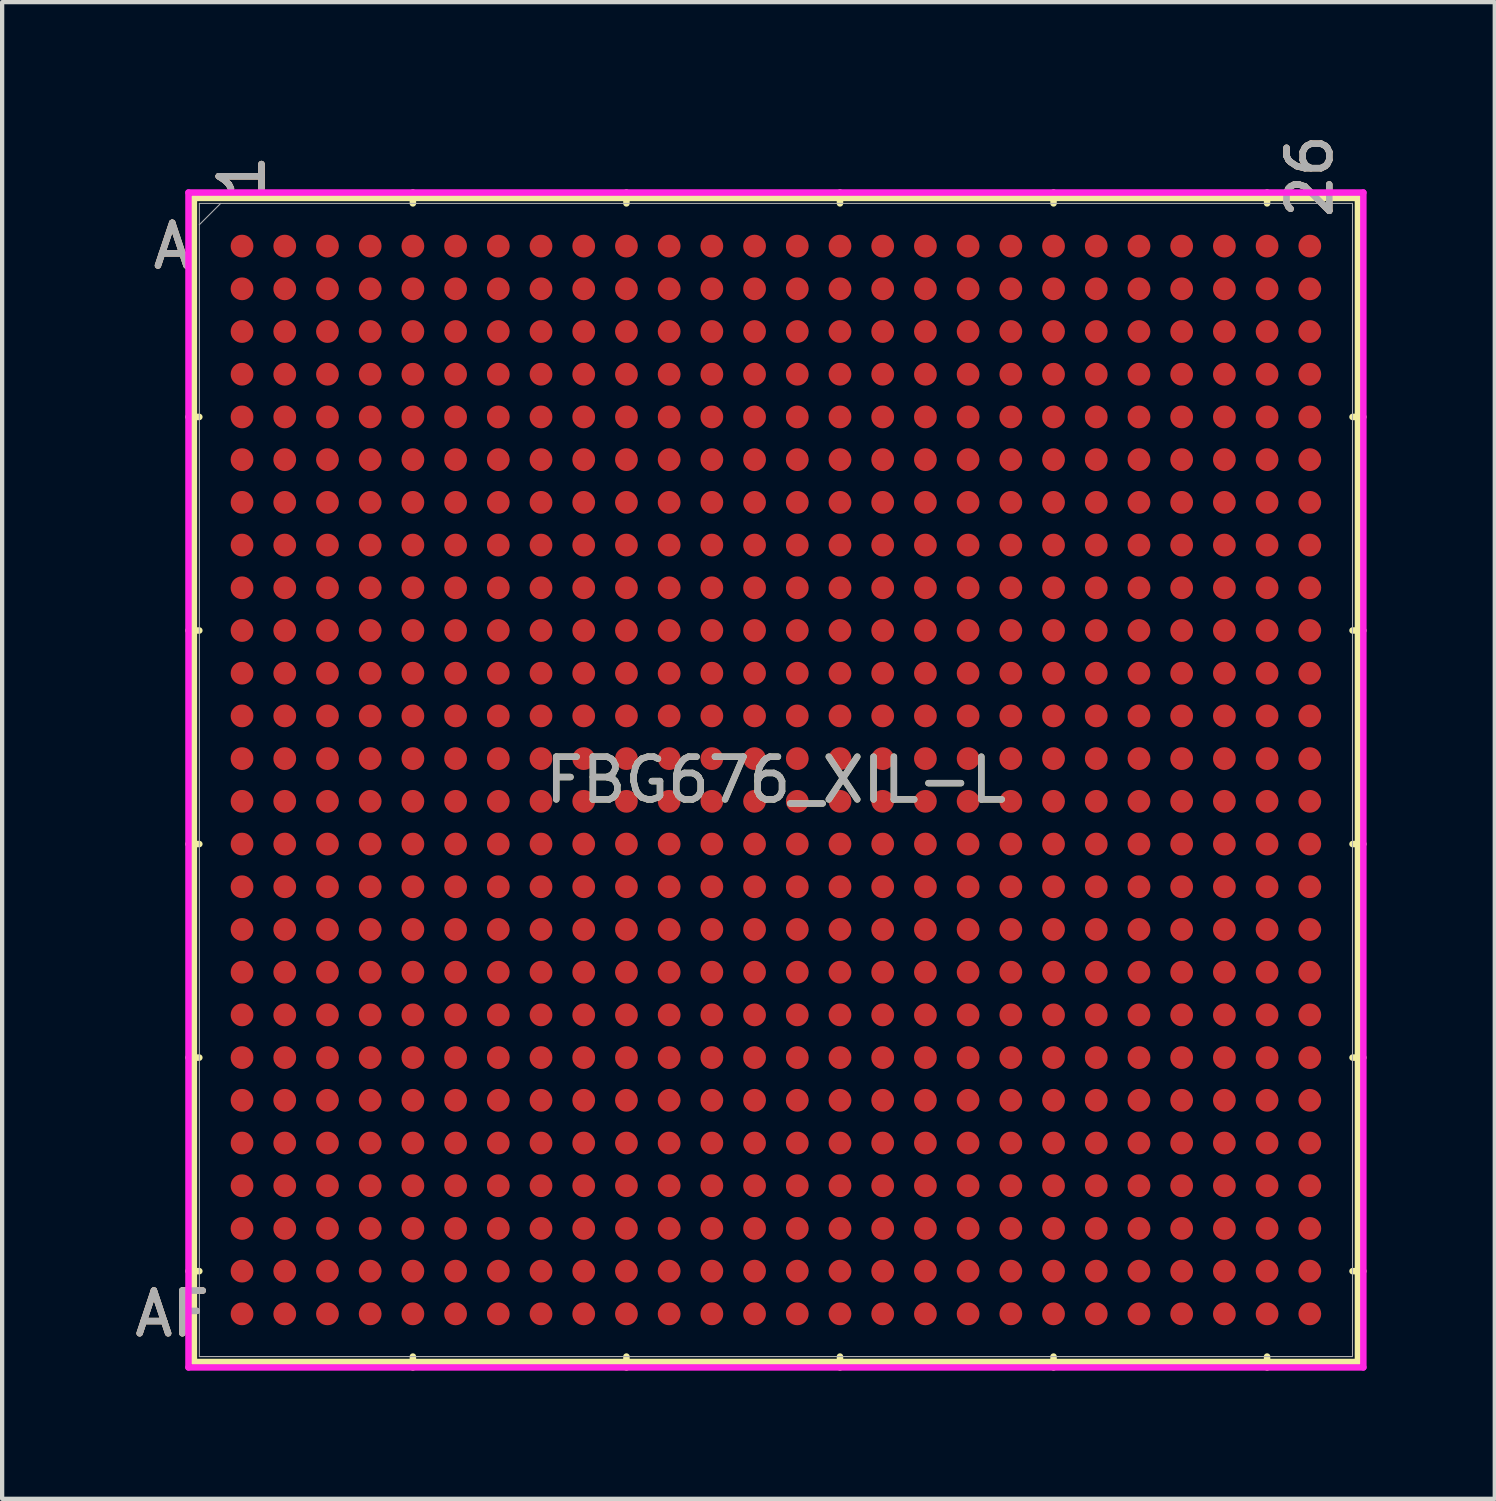
<source format=kicad_pcb>
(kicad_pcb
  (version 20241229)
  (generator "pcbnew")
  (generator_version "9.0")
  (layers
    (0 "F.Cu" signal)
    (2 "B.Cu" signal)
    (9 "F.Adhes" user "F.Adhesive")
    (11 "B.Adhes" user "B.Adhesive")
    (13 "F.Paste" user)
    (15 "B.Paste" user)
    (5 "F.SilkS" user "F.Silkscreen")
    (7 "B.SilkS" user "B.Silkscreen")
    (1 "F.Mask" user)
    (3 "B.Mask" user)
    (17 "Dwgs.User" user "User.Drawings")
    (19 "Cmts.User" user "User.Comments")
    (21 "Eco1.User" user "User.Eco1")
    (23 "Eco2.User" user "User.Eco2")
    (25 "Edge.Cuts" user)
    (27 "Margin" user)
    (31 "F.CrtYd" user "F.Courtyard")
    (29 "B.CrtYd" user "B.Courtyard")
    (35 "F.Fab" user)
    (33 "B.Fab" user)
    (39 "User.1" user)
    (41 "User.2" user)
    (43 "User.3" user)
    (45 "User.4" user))
  (footprint "FBG676_XIL-L"
    (layer "F.Cu")
    (at 15.117 15.212)
    (property "Reference" "FBG676_XIL-L" (at 0 0 0) (unlocked yes) (layer "F.SilkS") (effects (font (size 1 1) (thickness 0.15))))
    (attr smd)
    (fp_line (start -13.627 -13.627) (end -13.627 13.627) (stroke (width 0.152) (type solid)) (layer "F.SilkS"))
    (fp_line (start -13.627 13.627) (end 13.627 13.627) (stroke (width 0.152) (type solid)) (layer "F.SilkS"))
    (fp_line (start -13.5 -8.5) (end -13.754 -8.5) (stroke (width 0.152) (type solid)) (layer "F.SilkS"))
    (fp_line (start -13.5 -3.5) (end -13.754 -3.5) (stroke (width 0.152) (type solid)) (layer "F.SilkS"))
    (fp_line (start -13.5 1.5) (end -13.754 1.5) (stroke (width 0.152) (type solid)) (layer "F.SilkS"))
    (fp_line (start -13.5 6.5) (end -13.754 6.5) (stroke (width 0.152) (type solid)) (layer "F.SilkS"))
    (fp_line (start -13.5 11.5) (end -13.754 11.5) (stroke (width 0.152) (type solid)) (layer "F.SilkS"))
    (fp_line (start -8.5 -13.5) (end -8.5 -13.754) (stroke (width 0.152) (type solid)) (layer "F.SilkS"))
    (fp_line (start -8.5 13.5) (end -8.5 13.754) (stroke (width 0.152) (type solid)) (layer "F.SilkS"))
    (fp_line (start -3.5 -13.5) (end -3.5 -13.754) (stroke (width 0.152) (type solid)) (layer "F.SilkS"))
    (fp_line (start -3.5 13.5) (end -3.5 13.754) (stroke (width 0.152) (type solid)) (layer "F.SilkS"))
    (fp_line (start 1.5 -13.5) (end 1.5 -13.754) (stroke (width 0.152) (type solid)) (layer "F.SilkS"))
    (fp_line (start 1.5 13.5) (end 1.5 13.754) (stroke (width 0.152) (type solid)) (layer "F.SilkS"))
    (fp_line (start 6.5 -13.5) (end 6.5 -13.754) (stroke (width 0.152) (type solid)) (layer "F.SilkS"))
    (fp_line (start 6.5 13.5) (end 6.5 13.754) (stroke (width 0.152) (type solid)) (layer "F.SilkS"))
    (fp_line (start 11.5 -13.5) (end 11.5 -13.754) (stroke (width 0.152) (type solid)) (layer "F.SilkS"))
    (fp_line (start 11.5 13.5) (end 11.5 13.754) (stroke (width 0.152) (type solid)) (layer "F.SilkS"))
    (fp_line (start 13.5 -8.5) (end 13.754 -8.5) (stroke (width 0.152) (type solid)) (layer "F.SilkS"))
    (fp_line (start 13.5 -3.5) (end 13.754 -3.5) (stroke (width 0.152) (type solid)) (layer "F.SilkS"))
    (fp_line (start 13.5 1.5) (end 13.754 1.5) (stroke (width 0.152) (type solid)) (layer "F.SilkS"))
    (fp_line (start 13.5 6.5) (end 13.754 6.5) (stroke (width 0.152) (type solid)) (layer "F.SilkS"))
    (fp_line (start 13.5 11.5) (end 13.754 11.5) (stroke (width 0.152) (type solid)) (layer "F.SilkS"))
    (fp_line (start 13.627 -13.627) (end -13.627 -13.627) (stroke (width 0.152) (type solid)) (layer "F.SilkS"))
    (fp_line (start 13.627 13.627) (end 13.627 -13.627) (stroke (width 0.152) (type solid)) (layer "F.SilkS"))
    (fp_poly (pts (xy -13.508 -13.508) (xy 13.508 -13.508) (xy 13.508 13.508) (xy -13.508 13.508)) (stroke (width 0.1) (type solid)) (fill no) (layer "Eco2.User"))
    (fp_line (start -13.754 -13.754) (end 13.754 -13.754) (stroke (width 0.152) (type solid)) (layer "F.CrtYd"))
    (fp_line (start -13.754 13.754) (end -13.754 -13.754) (stroke (width 0.152) (type solid)) (layer "F.CrtYd"))
    (fp_line (start 13.754 -13.754) (end 13.754 13.754) (stroke (width 0.152) (type solid)) (layer "F.CrtYd"))
    (fp_line (start 13.754 13.754) (end -13.754 13.754) (stroke (width 0.152) (type solid)) (layer "F.CrtYd"))
    (fp_line (start -13.5 -13.5) (end -13.5 13.5) (stroke (width 0.025) (type solid)) (layer "F.Fab"))
    (fp_line (start -13.5 13.5) (end 13.5 13.5) (stroke (width 0.025) (type solid)) (layer "F.Fab"))
    (fp_line (start -13 -13.5) (end -13.5 -13) (stroke (width 0.025) (type solid)) (layer "F.Fab"))
    (fp_line (start 13.5 -13.5) (end -13.5 -13.5) (stroke (width 0.025) (type solid)) (layer "F.Fab"))
    (fp_line (start 13.5 13.5) (end 13.5 -13.5) (stroke (width 0.025) (type solid)) (layer "F.Fab"))
    (fp_text user "1" (at -12.5 -14.135 90) (unlocked yes) (layer "F.SilkS") (effects (font (size 1 1) (thickness 0.15))))
    (fp_text user "A" (at -14.135 -12.5 0) (unlocked yes) (layer "F.SilkS") (effects (font (size 1 1) (thickness 0.15))))
    (fp_text user "AF" (at -14.135 12.5 0) (unlocked yes) (layer "F.SilkS") (effects (font (size 1 1) (thickness 0.15))))
    (fp_text user "26" (at 12.5 -14.135 90) (unlocked yes) (layer "F.SilkS") (effects (font (size 1 1) (thickness 0.15))))
    (fp_text user "1" (at -12.5 -14.135 90) (unlocked yes) (layer "B.SilkS") (effects (font (size 1 1) (thickness 0.15))))
    (fp_text user "A" (at -14.135 -12.5 0) (unlocked yes) (layer "B.SilkS") (effects (font (size 1 1) (thickness 0.15))))
    (fp_text user "26" (at 12.5 -14.135 90) (unlocked yes) (layer "B.SilkS") (effects (font (size 1 1) (thickness 0.15))))
    (fp_text user "AF" (at -14.135 12.5 0) (unlocked yes) (layer "B.SilkS") (effects (font (size 1 1) (thickness 0.15))))
    (fp_text user "${REFERENCE}" (at 0 0 0) (unlocked yes) (layer "F.Fab") (effects (font (size 1 1) (thickness 0.15))))
    (fp_text user "1" (at -12.5 -14.135 90) (unlocked yes) (layer "F.Fab") (effects (font (size 1 1) (thickness 0.15))))
    (fp_text user "AF" (at -14.135 12.5 0) (unlocked yes) (layer "F.Fab") (effects (font (size 1 1) (thickness 0.15))))
    (fp_text user "26" (at 12.5 -14.135 90) (unlocked yes) (layer "F.Fab") (effects (font (size 1 1) (thickness 0.15))))
    (fp_text user "A" (at -14.135 -12.5 0) (unlocked yes) (layer "F.Fab") (effects (font (size 1 1) (thickness 0.15))))
    (pad "A1" smd circle (at -12.5 -12.5) (size 0.533 0.533) (layers "F.Cu" "F.Mask" "F.Paste"))
    (pad "A2" smd circle (at -11.5 -12.5) (size 0.533 0.533) (layers "F.Cu" "F.Mask" "F.Paste"))
    (pad "A3" smd circle (at -10.5 -12.5) (size 0.533 0.533) (layers "F.Cu" "F.Mask" "F.Paste"))
    (pad "A4" smd circle (at -9.5 -12.5) (size 0.533 0.533) (layers "F.Cu" "F.Mask" "F.Paste"))
    (pad "A5" smd circle (at -8.5 -12.5) (size 0.533 0.533) (layers "F.Cu" "F.Mask" "F.Paste"))
    (pad "A6" smd circle (at -7.5 -12.5) (size 0.533 0.533) (layers "F.Cu" "F.Mask" "F.Paste"))
    (pad "A7" smd circle (at -6.5 -12.5) (size 0.533 0.533) (layers "F.Cu" "F.Mask" "F.Paste"))
    (pad "A8" smd circle (at -5.5 -12.5) (size 0.533 0.533) (layers "F.Cu" "F.Mask" "F.Paste"))
    (pad "A9" smd circle (at -4.5 -12.5) (size 0.533 0.533) (layers "F.Cu" "F.Mask" "F.Paste"))
    (pad "A10" smd circle (at -3.5 -12.5) (size 0.533 0.533) (layers "F.Cu" "F.Mask" "F.Paste"))
    (pad "A11" smd circle (at -2.5 -12.5) (size 0.533 0.533) (layers "F.Cu" "F.Mask" "F.Paste"))
    (pad "A12" smd circle (at -1.5 -12.5) (size 0.533 0.533) (layers "F.Cu" "F.Mask" "F.Paste"))
    (pad "A13" smd circle (at -0.5 -12.5) (size 0.533 0.533) (layers "F.Cu" "F.Mask" "F.Paste"))
    (pad "A14" smd circle (at 0.5 -12.5) (size 0.533 0.533) (layers "F.Cu" "F.Mask" "F.Paste"))
    (pad "A15" smd circle (at 1.5 -12.5) (size 0.533 0.533) (layers "F.Cu" "F.Mask" "F.Paste"))
    (pad "A16" smd circle (at 2.5 -12.5) (size 0.533 0.533) (layers "F.Cu" "F.Mask" "F.Paste"))
    (pad "A17" smd circle (at 3.5 -12.5) (size 0.533 0.533) (layers "F.Cu" "F.Mask" "F.Paste"))
    (pad "A18" smd circle (at 4.5 -12.5) (size 0.533 0.533) (layers "F.Cu" "F.Mask" "F.Paste"))
    (pad "A19" smd circle (at 5.5 -12.5) (size 0.533 0.533) (layers "F.Cu" "F.Mask" "F.Paste"))
    (pad "A20" smd circle (at 6.5 -12.5) (size 0.533 0.533) (layers "F.Cu" "F.Mask" "F.Paste"))
    (pad "A21" smd circle (at 7.5 -12.5) (size 0.533 0.533) (layers "F.Cu" "F.Mask" "F.Paste"))
    (pad "A22" smd circle (at 8.5 -12.5) (size 0.533 0.533) (layers "F.Cu" "F.Mask" "F.Paste"))
    (pad "A23" smd circle (at 9.5 -12.5) (size 0.533 0.533) (layers "F.Cu" "F.Mask" "F.Paste"))
    (pad "A24" smd circle (at 10.5 -12.5) (size 0.533 0.533) (layers "F.Cu" "F.Mask" "F.Paste"))
    (pad "A25" smd circle (at 11.5 -12.5) (size 0.533 0.533) (layers "F.Cu" "F.Mask" "F.Paste"))
    (pad "A26" smd circle (at 12.5 -12.5) (size 0.533 0.533) (layers "F.Cu" "F.Mask" "F.Paste"))
    (pad "AA1" smd circle (at -12.5 7.5) (size 0.533 0.533) (layers "F.Cu" "F.Mask" "F.Paste"))
    (pad "AA2" smd circle (at -11.5 7.5) (size 0.533 0.533) (layers "F.Cu" "F.Mask" "F.Paste"))
    (pad "AA3" smd circle (at -10.5 7.5) (size 0.533 0.533) (layers "F.Cu" "F.Mask" "F.Paste"))
    (pad "AA4" smd circle (at -9.5 7.5) (size 0.533 0.533) (layers "F.Cu" "F.Mask" "F.Paste"))
    (pad "AA5" smd circle (at -8.5 7.5) (size 0.533 0.533) (layers "F.Cu" "F.Mask" "F.Paste"))
    (pad "AA6" smd circle (at -7.5 7.5) (size 0.533 0.533) (layers "F.Cu" "F.Mask" "F.Paste"))
    (pad "AA7" smd circle (at -6.5 7.5) (size 0.533 0.533) (layers "F.Cu" "F.Mask" "F.Paste"))
    (pad "AA8" smd circle (at -5.5 7.5) (size 0.533 0.533) (layers "F.Cu" "F.Mask" "F.Paste"))
    (pad "AA9" smd circle (at -4.5 7.5) (size 0.533 0.533) (layers "F.Cu" "F.Mask" "F.Paste"))
    (pad "AA10" smd circle (at -3.5 7.5) (size 0.533 0.533) (layers "F.Cu" "F.Mask" "F.Paste"))
    (pad "AA11" smd circle (at -2.5 7.5) (size 0.533 0.533) (layers "F.Cu" "F.Mask" "F.Paste"))
    (pad "AA12" smd circle (at -1.5 7.5) (size 0.533 0.533) (layers "F.Cu" "F.Mask" "F.Paste"))
    (pad "AA13" smd circle (at -0.5 7.5) (size 0.533 0.533) (layers "F.Cu" "F.Mask" "F.Paste"))
    (pad "AA14" smd circle (at 0.5 7.5) (size 0.533 0.533) (layers "F.Cu" "F.Mask" "F.Paste"))
    (pad "AA15" smd circle (at 1.5 7.5) (size 0.533 0.533) (layers "F.Cu" "F.Mask" "F.Paste"))
    (pad "AA16" smd circle (at 2.5 7.5) (size 0.533 0.533) (layers "F.Cu" "F.Mask" "F.Paste"))
    (pad "AA17" smd circle (at 3.5 7.5) (size 0.533 0.533) (layers "F.Cu" "F.Mask" "F.Paste"))
    (pad "AA18" smd circle (at 4.5 7.5) (size 0.533 0.533) (layers "F.Cu" "F.Mask" "F.Paste"))
    (pad "AA19" smd circle (at 5.5 7.5) (size 0.533 0.533) (layers "F.Cu" "F.Mask" "F.Paste"))
    (pad "AA20" smd circle (at 6.5 7.5) (size 0.533 0.533) (layers "F.Cu" "F.Mask" "F.Paste"))
    (pad "AA21" smd circle (at 7.5 7.5) (size 0.533 0.533) (layers "F.Cu" "F.Mask" "F.Paste"))
    (pad "AA22" smd circle (at 8.5 7.5) (size 0.533 0.533) (layers "F.Cu" "F.Mask" "F.Paste"))
    (pad "AA23" smd circle (at 9.5 7.5) (size 0.533 0.533) (layers "F.Cu" "F.Mask" "F.Paste"))
    (pad "AA24" smd circle (at 10.5 7.5) (size 0.533 0.533) (layers "F.Cu" "F.Mask" "F.Paste"))
    (pad "AA25" smd circle (at 11.5 7.5) (size 0.533 0.533) (layers "F.Cu" "F.Mask" "F.Paste"))
    (pad "AA26" smd circle (at 12.5 7.5) (size 0.533 0.533) (layers "F.Cu" "F.Mask" "F.Paste"))
    (pad "AB1" smd circle (at -12.5 8.5) (size 0.533 0.533) (layers "F.Cu" "F.Mask" "F.Paste"))
    (pad "AB2" smd circle (at -11.5 8.5) (size 0.533 0.533) (layers "F.Cu" "F.Mask" "F.Paste"))
    (pad "AB3" smd circle (at -10.5 8.5) (size 0.533 0.533) (layers "F.Cu" "F.Mask" "F.Paste"))
    (pad "AB4" smd circle (at -9.5 8.5) (size 0.533 0.533) (layers "F.Cu" "F.Mask" "F.Paste"))
    (pad "AB5" smd circle (at -8.5 8.5) (size 0.533 0.533) (layers "F.Cu" "F.Mask" "F.Paste"))
    (pad "AB6" smd circle (at -7.5 8.5) (size 0.533 0.533) (layers "F.Cu" "F.Mask" "F.Paste"))
    (pad "AB7" smd circle (at -6.5 8.5) (size 0.533 0.533) (layers "F.Cu" "F.Mask" "F.Paste"))
    (pad "AB8" smd circle (at -5.5 8.5) (size 0.533 0.533) (layers "F.Cu" "F.Mask" "F.Paste"))
    (pad "AB9" smd circle (at -4.5 8.5) (size 0.533 0.533) (layers "F.Cu" "F.Mask" "F.Paste"))
    (pad "AB10" smd circle (at -3.5 8.5) (size 0.533 0.533) (layers "F.Cu" "F.Mask" "F.Paste"))
    (pad "AB11" smd circle (at -2.5 8.5) (size 0.533 0.533) (layers "F.Cu" "F.Mask" "F.Paste"))
    (pad "AB12" smd circle (at -1.5 8.5) (size 0.533 0.533) (layers "F.Cu" "F.Mask" "F.Paste"))
    (pad "AB13" smd circle (at -0.5 8.5) (size 0.533 0.533) (layers "F.Cu" "F.Mask" "F.Paste"))
    (pad "AB14" smd circle (at 0.5 8.5) (size 0.533 0.533) (layers "F.Cu" "F.Mask" "F.Paste"))
    (pad "AB15" smd circle (at 1.5 8.5) (size 0.533 0.533) (layers "F.Cu" "F.Mask" "F.Paste"))
    (pad "AB16" smd circle (at 2.5 8.5) (size 0.533 0.533) (layers "F.Cu" "F.Mask" "F.Paste"))
    (pad "AB17" smd circle (at 3.5 8.5) (size 0.533 0.533) (layers "F.Cu" "F.Mask" "F.Paste"))
    (pad "AB18" smd circle (at 4.5 8.5) (size 0.533 0.533) (layers "F.Cu" "F.Mask" "F.Paste"))
    (pad "AB19" smd circle (at 5.5 8.5) (size 0.533 0.533) (layers "F.Cu" "F.Mask" "F.Paste"))
    (pad "AB20" smd circle (at 6.5 8.5) (size 0.533 0.533) (layers "F.Cu" "F.Mask" "F.Paste"))
    (pad "AB21" smd circle (at 7.5 8.5) (size 0.533 0.533) (layers "F.Cu" "F.Mask" "F.Paste"))
    (pad "AB22" smd circle (at 8.5 8.5) (size 0.533 0.533) (layers "F.Cu" "F.Mask" "F.Paste"))
    (pad "AB23" smd circle (at 9.5 8.5) (size 0.533 0.533) (layers "F.Cu" "F.Mask" "F.Paste"))
    (pad "AB24" smd circle (at 10.5 8.5) (size 0.533 0.533) (layers "F.Cu" "F.Mask" "F.Paste"))
    (pad "AB25" smd circle (at 11.5 8.5) (size 0.533 0.533) (layers "F.Cu" "F.Mask" "F.Paste"))
    (pad "AB26" smd circle (at 12.5 8.5) (size 0.533 0.533) (layers "F.Cu" "F.Mask" "F.Paste"))
    (pad "AC1" smd circle (at -12.5 9.5) (size 0.533 0.533) (layers "F.Cu" "F.Mask" "F.Paste"))
    (pad "AC2" smd circle (at -11.5 9.5) (size 0.533 0.533) (layers "F.Cu" "F.Mask" "F.Paste"))
    (pad "AC3" smd circle (at -10.5 9.5) (size 0.533 0.533) (layers "F.Cu" "F.Mask" "F.Paste"))
    (pad "AC4" smd circle (at -9.5 9.5) (size 0.533 0.533) (layers "F.Cu" "F.Mask" "F.Paste"))
    (pad "AC5" smd circle (at -8.5 9.5) (size 0.533 0.533) (layers "F.Cu" "F.Mask" "F.Paste"))
    (pad "AC6" smd circle (at -7.5 9.5) (size 0.533 0.533) (layers "F.Cu" "F.Mask" "F.Paste"))
    (pad "AC7" smd circle (at -6.5 9.5) (size 0.533 0.533) (layers "F.Cu" "F.Mask" "F.Paste"))
    (pad "AC8" smd circle (at -5.5 9.5) (size 0.533 0.533) (layers "F.Cu" "F.Mask" "F.Paste"))
    (pad "AC9" smd circle (at -4.5 9.5) (size 0.533 0.533) (layers "F.Cu" "F.Mask" "F.Paste"))
    (pad "AC10" smd circle (at -3.5 9.5) (size 0.533 0.533) (layers "F.Cu" "F.Mask" "F.Paste"))
    (pad "AC11" smd circle (at -2.5 9.5) (size 0.533 0.533) (layers "F.Cu" "F.Mask" "F.Paste"))
    (pad "AC12" smd circle (at -1.5 9.5) (size 0.533 0.533) (layers "F.Cu" "F.Mask" "F.Paste"))
    (pad "AC13" smd circle (at -0.5 9.5) (size 0.533 0.533) (layers "F.Cu" "F.Mask" "F.Paste"))
    (pad "AC14" smd circle (at 0.5 9.5) (size 0.533 0.533) (layers "F.Cu" "F.Mask" "F.Paste"))
    (pad "AC15" smd circle (at 1.5 9.5) (size 0.533 0.533) (layers "F.Cu" "F.Mask" "F.Paste"))
    (pad "AC16" smd circle (at 2.5 9.5) (size 0.533 0.533) (layers "F.Cu" "F.Mask" "F.Paste"))
    (pad "AC17" smd circle (at 3.5 9.5) (size 0.533 0.533) (layers "F.Cu" "F.Mask" "F.Paste"))
    (pad "AC18" smd circle (at 4.5 9.5) (size 0.533 0.533) (layers "F.Cu" "F.Mask" "F.Paste"))
    (pad "AC19" smd circle (at 5.5 9.5) (size 0.533 0.533) (layers "F.Cu" "F.Mask" "F.Paste"))
    (pad "AC20" smd circle (at 6.5 9.5) (size 0.533 0.533) (layers "F.Cu" "F.Mask" "F.Paste"))
    (pad "AC21" smd circle (at 7.5 9.5) (size 0.533 0.533) (layers "F.Cu" "F.Mask" "F.Paste"))
    (pad "AC22" smd circle (at 8.5 9.5) (size 0.533 0.533) (layers "F.Cu" "F.Mask" "F.Paste"))
    (pad "AC23" smd circle (at 9.5 9.5) (size 0.533 0.533) (layers "F.Cu" "F.Mask" "F.Paste"))
    (pad "AC24" smd circle (at 10.5 9.5) (size 0.533 0.533) (layers "F.Cu" "F.Mask" "F.Paste"))
    (pad "AC25" smd circle (at 11.5 9.5) (size 0.533 0.533) (layers "F.Cu" "F.Mask" "F.Paste"))
    (pad "AC26" smd circle (at 12.5 9.5) (size 0.533 0.533) (layers "F.Cu" "F.Mask" "F.Paste"))
    (pad "AD1" smd circle (at -12.5 10.5) (size 0.533 0.533) (layers "F.Cu" "F.Mask" "F.Paste"))
    (pad "AD2" smd circle (at -11.5 10.5) (size 0.533 0.533) (layers "F.Cu" "F.Mask" "F.Paste"))
    (pad "AD3" smd circle (at -10.5 10.5) (size 0.533 0.533) (layers "F.Cu" "F.Mask" "F.Paste"))
    (pad "AD4" smd circle (at -9.5 10.5) (size 0.533 0.533) (layers "F.Cu" "F.Mask" "F.Paste"))
    (pad "AD5" smd circle (at -8.5 10.5) (size 0.533 0.533) (layers "F.Cu" "F.Mask" "F.Paste"))
    (pad "AD6" smd circle (at -7.5 10.5) (size 0.533 0.533) (layers "F.Cu" "F.Mask" "F.Paste"))
    (pad "AD7" smd circle (at -6.5 10.5) (size 0.533 0.533) (layers "F.Cu" "F.Mask" "F.Paste"))
    (pad "AD8" smd circle (at -5.5 10.5) (size 0.533 0.533) (layers "F.Cu" "F.Mask" "F.Paste"))
    (pad "AD9" smd circle (at -4.5 10.5) (size 0.533 0.533) (layers "F.Cu" "F.Mask" "F.Paste"))
    (pad "AD10" smd circle (at -3.5 10.5) (size 0.533 0.533) (layers "F.Cu" "F.Mask" "F.Paste"))
    (pad "AD11" smd circle (at -2.5 10.5) (size 0.533 0.533) (layers "F.Cu" "F.Mask" "F.Paste"))
    (pad "AD12" smd circle (at -1.5 10.5) (size 0.533 0.533) (layers "F.Cu" "F.Mask" "F.Paste"))
    (pad "AD13" smd circle (at -0.5 10.5) (size 0.533 0.533) (layers "F.Cu" "F.Mask" "F.Paste"))
    (pad "AD14" smd circle (at 0.5 10.5) (size 0.533 0.533) (layers "F.Cu" "F.Mask" "F.Paste"))
    (pad "AD15" smd circle (at 1.5 10.5) (size 0.533 0.533) (layers "F.Cu" "F.Mask" "F.Paste"))
    (pad "AD16" smd circle (at 2.5 10.5) (size 0.533 0.533) (layers "F.Cu" "F.Mask" "F.Paste"))
    (pad "AD17" smd circle (at 3.5 10.5) (size 0.533 0.533) (layers "F.Cu" "F.Mask" "F.Paste"))
    (pad "AD18" smd circle (at 4.5 10.5) (size 0.533 0.533) (layers "F.Cu" "F.Mask" "F.Paste"))
    (pad "AD19" smd circle (at 5.5 10.5) (size 0.533 0.533) (layers "F.Cu" "F.Mask" "F.Paste"))
    (pad "AD20" smd circle (at 6.5 10.5) (size 0.533 0.533) (layers "F.Cu" "F.Mask" "F.Paste"))
    (pad "AD21" smd circle (at 7.5 10.5) (size 0.533 0.533) (layers "F.Cu" "F.Mask" "F.Paste"))
    (pad "AD22" smd circle (at 8.5 10.5) (size 0.533 0.533) (layers "F.Cu" "F.Mask" "F.Paste"))
    (pad "AD23" smd circle (at 9.5 10.5) (size 0.533 0.533) (layers "F.Cu" "F.Mask" "F.Paste"))
    (pad "AD24" smd circle (at 10.5 10.5) (size 0.533 0.533) (layers "F.Cu" "F.Mask" "F.Paste"))
    (pad "AD25" smd circle (at 11.5 10.5) (size 0.533 0.533) (layers "F.Cu" "F.Mask" "F.Paste"))
    (pad "AD26" smd circle (at 12.5 10.5) (size 0.533 0.533) (layers "F.Cu" "F.Mask" "F.Paste"))
    (pad "AE1" smd circle (at -12.5 11.5) (size 0.533 0.533) (layers "F.Cu" "F.Mask" "F.Paste"))
    (pad "AE2" smd circle (at -11.5 11.5) (size 0.533 0.533) (layers "F.Cu" "F.Mask" "F.Paste"))
    (pad "AE3" smd circle (at -10.5 11.5) (size 0.533 0.533) (layers "F.Cu" "F.Mask" "F.Paste"))
    (pad "AE4" smd circle (at -9.5 11.5) (size 0.533 0.533) (layers "F.Cu" "F.Mask" "F.Paste"))
    (pad "AE5" smd circle (at -8.5 11.5) (size 0.533 0.533) (layers "F.Cu" "F.Mask" "F.Paste"))
    (pad "AE6" smd circle (at -7.5 11.5) (size 0.533 0.533) (layers "F.Cu" "F.Mask" "F.Paste"))
    (pad "AE7" smd circle (at -6.5 11.5) (size 0.533 0.533) (layers "F.Cu" "F.Mask" "F.Paste"))
    (pad "AE8" smd circle (at -5.5 11.5) (size 0.533 0.533) (layers "F.Cu" "F.Mask" "F.Paste"))
    (pad "AE9" smd circle (at -4.5 11.5) (size 0.533 0.533) (layers "F.Cu" "F.Mask" "F.Paste"))
    (pad "AE10" smd circle (at -3.5 11.5) (size 0.533 0.533) (layers "F.Cu" "F.Mask" "F.Paste"))
    (pad "AE11" smd circle (at -2.5 11.5) (size 0.533 0.533) (layers "F.Cu" "F.Mask" "F.Paste"))
    (pad "AE12" smd circle (at -1.5 11.5) (size 0.533 0.533) (layers "F.Cu" "F.Mask" "F.Paste"))
    (pad "AE13" smd circle (at -0.5 11.5) (size 0.533 0.533) (layers "F.Cu" "F.Mask" "F.Paste"))
    (pad "AE14" smd circle (at 0.5 11.5) (size 0.533 0.533) (layers "F.Cu" "F.Mask" "F.Paste"))
    (pad "AE15" smd circle (at 1.5 11.5) (size 0.533 0.533) (layers "F.Cu" "F.Mask" "F.Paste"))
    (pad "AE16" smd circle (at 2.5 11.5) (size 0.533 0.533) (layers "F.Cu" "F.Mask" "F.Paste"))
    (pad "AE17" smd circle (at 3.5 11.5) (size 0.533 0.533) (layers "F.Cu" "F.Mask" "F.Paste"))
    (pad "AE18" smd circle (at 4.5 11.5) (size 0.533 0.533) (layers "F.Cu" "F.Mask" "F.Paste"))
    (pad "AE19" smd circle (at 5.5 11.5) (size 0.533 0.533) (layers "F.Cu" "F.Mask" "F.Paste"))
    (pad "AE20" smd circle (at 6.5 11.5) (size 0.533 0.533) (layers "F.Cu" "F.Mask" "F.Paste"))
    (pad "AE21" smd circle (at 7.5 11.5) (size 0.533 0.533) (layers "F.Cu" "F.Mask" "F.Paste"))
    (pad "AE22" smd circle (at 8.5 11.5) (size 0.533 0.533) (layers "F.Cu" "F.Mask" "F.Paste"))
    (pad "AE23" smd circle (at 9.5 11.5) (size 0.533 0.533) (layers "F.Cu" "F.Mask" "F.Paste"))
    (pad "AE24" smd circle (at 10.5 11.5) (size 0.533 0.533) (layers "F.Cu" "F.Mask" "F.Paste"))
    (pad "AE25" smd circle (at 11.5 11.5) (size 0.533 0.533) (layers "F.Cu" "F.Mask" "F.Paste"))
    (pad "AE26" smd circle (at 12.5 11.5) (size 0.533 0.533) (layers "F.Cu" "F.Mask" "F.Paste"))
    (pad "AF1" smd circle (at -12.5 12.5) (size 0.533 0.533) (layers "F.Cu" "F.Mask" "F.Paste"))
    (pad "AF2" smd circle (at -11.5 12.5) (size 0.533 0.533) (layers "F.Cu" "F.Mask" "F.Paste"))
    (pad "AF3" smd circle (at -10.5 12.5) (size 0.533 0.533) (layers "F.Cu" "F.Mask" "F.Paste"))
    (pad "AF4" smd circle (at -9.5 12.5) (size 0.533 0.533) (layers "F.Cu" "F.Mask" "F.Paste"))
    (pad "AF5" smd circle (at -8.5 12.5) (size 0.533 0.533) (layers "F.Cu" "F.Mask" "F.Paste"))
    (pad "AF6" smd circle (at -7.5 12.5) (size 0.533 0.533) (layers "F.Cu" "F.Mask" "F.Paste"))
    (pad "AF7" smd circle (at -6.5 12.5) (size 0.533 0.533) (layers "F.Cu" "F.Mask" "F.Paste"))
    (pad "AF8" smd circle (at -5.5 12.5) (size 0.533 0.533) (layers "F.Cu" "F.Mask" "F.Paste"))
    (pad "AF9" smd circle (at -4.5 12.5) (size 0.533 0.533) (layers "F.Cu" "F.Mask" "F.Paste"))
    (pad "AF10" smd circle (at -3.5 12.5) (size 0.533 0.533) (layers "F.Cu" "F.Mask" "F.Paste"))
    (pad "AF11" smd circle (at -2.5 12.5) (size 0.533 0.533) (layers "F.Cu" "F.Mask" "F.Paste"))
    (pad "AF12" smd circle (at -1.5 12.5) (size 0.533 0.533) (layers "F.Cu" "F.Mask" "F.Paste"))
    (pad "AF13" smd circle (at -0.5 12.5) (size 0.533 0.533) (layers "F.Cu" "F.Mask" "F.Paste"))
    (pad "AF14" smd circle (at 0.5 12.5) (size 0.533 0.533) (layers "F.Cu" "F.Mask" "F.Paste"))
    (pad "AF15" smd circle (at 1.5 12.5) (size 0.533 0.533) (layers "F.Cu" "F.Mask" "F.Paste"))
    (pad "AF16" smd circle (at 2.5 12.5) (size 0.533 0.533) (layers "F.Cu" "F.Mask" "F.Paste"))
    (pad "AF17" smd circle (at 3.5 12.5) (size 0.533 0.533) (layers "F.Cu" "F.Mask" "F.Paste"))
    (pad "AF18" smd circle (at 4.5 12.5) (size 0.533 0.533) (layers "F.Cu" "F.Mask" "F.Paste"))
    (pad "AF19" smd circle (at 5.5 12.5) (size 0.533 0.533) (layers "F.Cu" "F.Mask" "F.Paste"))
    (pad "AF20" smd circle (at 6.5 12.5) (size 0.533 0.533) (layers "F.Cu" "F.Mask" "F.Paste"))
    (pad "AF21" smd circle (at 7.5 12.5) (size 0.533 0.533) (layers "F.Cu" "F.Mask" "F.Paste"))
    (pad "AF22" smd circle (at 8.5 12.5) (size 0.533 0.533) (layers "F.Cu" "F.Mask" "F.Paste"))
    (pad "AF23" smd circle (at 9.5 12.5) (size 0.533 0.533) (layers "F.Cu" "F.Mask" "F.Paste"))
    (pad "AF24" smd circle (at 10.5 12.5) (size 0.533 0.533) (layers "F.Cu" "F.Mask" "F.Paste"))
    (pad "AF25" smd circle (at 11.5 12.5) (size 0.533 0.533) (layers "F.Cu" "F.Mask" "F.Paste"))
    (pad "AF26" smd circle (at 12.5 12.5) (size 0.533 0.533) (layers "F.Cu" "F.Mask" "F.Paste"))
    (pad "B1" smd circle (at -12.5 -11.5) (size 0.533 0.533) (layers "F.Cu" "F.Mask" "F.Paste"))
    (pad "B2" smd circle (at -11.5 -11.5) (size 0.533 0.533) (layers "F.Cu" "F.Mask" "F.Paste"))
    (pad "B3" smd circle (at -10.5 -11.5) (size 0.533 0.533) (layers "F.Cu" "F.Mask" "F.Paste"))
    (pad "B4" smd circle (at -9.5 -11.5) (size 0.533 0.533) (layers "F.Cu" "F.Mask" "F.Paste"))
    (pad "B5" smd circle (at -8.5 -11.5) (size 0.533 0.533) (layers "F.Cu" "F.Mask" "F.Paste"))
    (pad "B6" smd circle (at -7.5 -11.5) (size 0.533 0.533) (layers "F.Cu" "F.Mask" "F.Paste"))
    (pad "B7" smd circle (at -6.5 -11.5) (size 0.533 0.533) (layers "F.Cu" "F.Mask" "F.Paste"))
    (pad "B8" smd circle (at -5.5 -11.5) (size 0.533 0.533) (layers "F.Cu" "F.Mask" "F.Paste"))
    (pad "B9" smd circle (at -4.5 -11.5) (size 0.533 0.533) (layers "F.Cu" "F.Mask" "F.Paste"))
    (pad "B10" smd circle (at -3.5 -11.5) (size 0.533 0.533) (layers "F.Cu" "F.Mask" "F.Paste"))
    (pad "B11" smd circle (at -2.5 -11.5) (size 0.533 0.533) (layers "F.Cu" "F.Mask" "F.Paste"))
    (pad "B12" smd circle (at -1.5 -11.5) (size 0.533 0.533) (layers "F.Cu" "F.Mask" "F.Paste"))
    (pad "B13" smd circle (at -0.5 -11.5) (size 0.533 0.533) (layers "F.Cu" "F.Mask" "F.Paste"))
    (pad "B14" smd circle (at 0.5 -11.5) (size 0.533 0.533) (layers "F.Cu" "F.Mask" "F.Paste"))
    (pad "B15" smd circle (at 1.5 -11.5) (size 0.533 0.533) (layers "F.Cu" "F.Mask" "F.Paste"))
    (pad "B16" smd circle (at 2.5 -11.5) (size 0.533 0.533) (layers "F.Cu" "F.Mask" "F.Paste"))
    (pad "B17" smd circle (at 3.5 -11.5) (size 0.533 0.533) (layers "F.Cu" "F.Mask" "F.Paste"))
    (pad "B18" smd circle (at 4.5 -11.5) (size 0.533 0.533) (layers "F.Cu" "F.Mask" "F.Paste"))
    (pad "B19" smd circle (at 5.5 -11.5) (size 0.533 0.533) (layers "F.Cu" "F.Mask" "F.Paste"))
    (pad "B20" smd circle (at 6.5 -11.5) (size 0.533 0.533) (layers "F.Cu" "F.Mask" "F.Paste"))
    (pad "B21" smd circle (at 7.5 -11.5) (size 0.533 0.533) (layers "F.Cu" "F.Mask" "F.Paste"))
    (pad "B22" smd circle (at 8.5 -11.5) (size 0.533 0.533) (layers "F.Cu" "F.Mask" "F.Paste"))
    (pad "B23" smd circle (at 9.5 -11.5) (size 0.533 0.533) (layers "F.Cu" "F.Mask" "F.Paste"))
    (pad "B24" smd circle (at 10.5 -11.5) (size 0.533 0.533) (layers "F.Cu" "F.Mask" "F.Paste"))
    (pad "B25" smd circle (at 11.5 -11.5) (size 0.533 0.533) (layers "F.Cu" "F.Mask" "F.Paste"))
    (pad "B26" smd circle (at 12.5 -11.5) (size 0.533 0.533) (layers "F.Cu" "F.Mask" "F.Paste"))
    (pad "C1" smd circle (at -12.5 -10.5) (size 0.533 0.533) (layers "F.Cu" "F.Mask" "F.Paste"))
    (pad "C2" smd circle (at -11.5 -10.5) (size 0.533 0.533) (layers "F.Cu" "F.Mask" "F.Paste"))
    (pad "C3" smd circle (at -10.5 -10.5) (size 0.533 0.533) (layers "F.Cu" "F.Mask" "F.Paste"))
    (pad "C4" smd circle (at -9.5 -10.5) (size 0.533 0.533) (layers "F.Cu" "F.Mask" "F.Paste"))
    (pad "C5" smd circle (at -8.5 -10.5) (size 0.533 0.533) (layers "F.Cu" "F.Mask" "F.Paste"))
    (pad "C6" smd circle (at -7.5 -10.5) (size 0.533 0.533) (layers "F.Cu" "F.Mask" "F.Paste"))
    (pad "C7" smd circle (at -6.5 -10.5) (size 0.533 0.533) (layers "F.Cu" "F.Mask" "F.Paste"))
    (pad "C8" smd circle (at -5.5 -10.5) (size 0.533 0.533) (layers "F.Cu" "F.Mask" "F.Paste"))
    (pad "C9" smd circle (at -4.5 -10.5) (size 0.533 0.533) (layers "F.Cu" "F.Mask" "F.Paste"))
    (pad "C10" smd circle (at -3.5 -10.5) (size 0.533 0.533) (layers "F.Cu" "F.Mask" "F.Paste"))
    (pad "C11" smd circle (at -2.5 -10.5) (size 0.533 0.533) (layers "F.Cu" "F.Mask" "F.Paste"))
    (pad "C12" smd circle (at -1.5 -10.5) (size 0.533 0.533) (layers "F.Cu" "F.Mask" "F.Paste"))
    (pad "C13" smd circle (at -0.5 -10.5) (size 0.533 0.533) (layers "F.Cu" "F.Mask" "F.Paste"))
    (pad "C14" smd circle (at 0.5 -10.5) (size 0.533 0.533) (layers "F.Cu" "F.Mask" "F.Paste"))
    (pad "C15" smd circle (at 1.5 -10.5) (size 0.533 0.533) (layers "F.Cu" "F.Mask" "F.Paste"))
    (pad "C16" smd circle (at 2.5 -10.5) (size 0.533 0.533) (layers "F.Cu" "F.Mask" "F.Paste"))
    (pad "C17" smd circle (at 3.5 -10.5) (size 0.533 0.533) (layers "F.Cu" "F.Mask" "F.Paste"))
    (pad "C18" smd circle (at 4.5 -10.5) (size 0.533 0.533) (layers "F.Cu" "F.Mask" "F.Paste"))
    (pad "C19" smd circle (at 5.5 -10.5) (size 0.533 0.533) (layers "F.Cu" "F.Mask" "F.Paste"))
    (pad "C20" smd circle (at 6.5 -10.5) (size 0.533 0.533) (layers "F.Cu" "F.Mask" "F.Paste"))
    (pad "C21" smd circle (at 7.5 -10.5) (size 0.533 0.533) (layers "F.Cu" "F.Mask" "F.Paste"))
    (pad "C22" smd circle (at 8.5 -10.5) (size 0.533 0.533) (layers "F.Cu" "F.Mask" "F.Paste"))
    (pad "C23" smd circle (at 9.5 -10.5) (size 0.533 0.533) (layers "F.Cu" "F.Mask" "F.Paste"))
    (pad "C24" smd circle (at 10.5 -10.5) (size 0.533 0.533) (layers "F.Cu" "F.Mask" "F.Paste"))
    (pad "C25" smd circle (at 11.5 -10.5) (size 0.533 0.533) (layers "F.Cu" "F.Mask" "F.Paste"))
    (pad "C26" smd circle (at 12.5 -10.5) (size 0.533 0.533) (layers "F.Cu" "F.Mask" "F.Paste"))
    (pad "D1" smd circle (at -12.5 -9.5) (size 0.533 0.533) (layers "F.Cu" "F.Mask" "F.Paste"))
    (pad "D2" smd circle (at -11.5 -9.5) (size 0.533 0.533) (layers "F.Cu" "F.Mask" "F.Paste"))
    (pad "D3" smd circle (at -10.5 -9.5) (size 0.533 0.533) (layers "F.Cu" "F.Mask" "F.Paste"))
    (pad "D4" smd circle (at -9.5 -9.5) (size 0.533 0.533) (layers "F.Cu" "F.Mask" "F.Paste"))
    (pad "D5" smd circle (at -8.5 -9.5) (size 0.533 0.533) (layers "F.Cu" "F.Mask" "F.Paste"))
    (pad "D6" smd circle (at -7.5 -9.5) (size 0.533 0.533) (layers "F.Cu" "F.Mask" "F.Paste"))
    (pad "D7" smd circle (at -6.5 -9.5) (size 0.533 0.533) (layers "F.Cu" "F.Mask" "F.Paste"))
    (pad "D8" smd circle (at -5.5 -9.5) (size 0.533 0.533) (layers "F.Cu" "F.Mask" "F.Paste"))
    (pad "D9" smd circle (at -4.5 -9.5) (size 0.533 0.533) (layers "F.Cu" "F.Mask" "F.Paste"))
    (pad "D10" smd circle (at -3.5 -9.5) (size 0.533 0.533) (layers "F.Cu" "F.Mask" "F.Paste"))
    (pad "D11" smd circle (at -2.5 -9.5) (size 0.533 0.533) (layers "F.Cu" "F.Mask" "F.Paste"))
    (pad "D12" smd circle (at -1.5 -9.5) (size 0.533 0.533) (layers "F.Cu" "F.Mask" "F.Paste"))
    (pad "D13" smd circle (at -0.5 -9.5) (size 0.533 0.533) (layers "F.Cu" "F.Mask" "F.Paste"))
    (pad "D14" smd circle (at 0.5 -9.5) (size 0.533 0.533) (layers "F.Cu" "F.Mask" "F.Paste"))
    (pad "D15" smd circle (at 1.5 -9.5) (size 0.533 0.533) (layers "F.Cu" "F.Mask" "F.Paste"))
    (pad "D16" smd circle (at 2.5 -9.5) (size 0.533 0.533) (layers "F.Cu" "F.Mask" "F.Paste"))
    (pad "D17" smd circle (at 3.5 -9.5) (size 0.533 0.533) (layers "F.Cu" "F.Mask" "F.Paste"))
    (pad "D18" smd circle (at 4.5 -9.5) (size 0.533 0.533) (layers "F.Cu" "F.Mask" "F.Paste"))
    (pad "D19" smd circle (at 5.5 -9.5) (size 0.533 0.533) (layers "F.Cu" "F.Mask" "F.Paste"))
    (pad "D20" smd circle (at 6.5 -9.5) (size 0.533 0.533) (layers "F.Cu" "F.Mask" "F.Paste"))
    (pad "D21" smd circle (at 7.5 -9.5) (size 0.533 0.533) (layers "F.Cu" "F.Mask" "F.Paste"))
    (pad "D22" smd circle (at 8.5 -9.5) (size 0.533 0.533) (layers "F.Cu" "F.Mask" "F.Paste"))
    (pad "D23" smd circle (at 9.5 -9.5) (size 0.533 0.533) (layers "F.Cu" "F.Mask" "F.Paste"))
    (pad "D24" smd circle (at 10.5 -9.5) (size 0.533 0.533) (layers "F.Cu" "F.Mask" "F.Paste"))
    (pad "D25" smd circle (at 11.5 -9.5) (size 0.533 0.533) (layers "F.Cu" "F.Mask" "F.Paste"))
    (pad "D26" smd circle (at 12.5 -9.5) (size 0.533 0.533) (layers "F.Cu" "F.Mask" "F.Paste"))
    (pad "E1" smd circle (at -12.5 -8.5) (size 0.533 0.533) (layers "F.Cu" "F.Mask" "F.Paste"))
    (pad "E2" smd circle (at -11.5 -8.5) (size 0.533 0.533) (layers "F.Cu" "F.Mask" "F.Paste"))
    (pad "E3" smd circle (at -10.5 -8.5) (size 0.533 0.533) (layers "F.Cu" "F.Mask" "F.Paste"))
    (pad "E4" smd circle (at -9.5 -8.5) (size 0.533 0.533) (layers "F.Cu" "F.Mask" "F.Paste"))
    (pad "E5" smd circle (at -8.5 -8.5) (size 0.533 0.533) (layers "F.Cu" "F.Mask" "F.Paste"))
    (pad "E6" smd circle (at -7.5 -8.5) (size 0.533 0.533) (layers "F.Cu" "F.Mask" "F.Paste"))
    (pad "E7" smd circle (at -6.5 -8.5) (size 0.533 0.533) (layers "F.Cu" "F.Mask" "F.Paste"))
    (pad "E8" smd circle (at -5.5 -8.5) (size 0.533 0.533) (layers "F.Cu" "F.Mask" "F.Paste"))
    (pad "E9" smd circle (at -4.5 -8.5) (size 0.533 0.533) (layers "F.Cu" "F.Mask" "F.Paste"))
    (pad "E10" smd circle (at -3.5 -8.5) (size 0.533 0.533) (layers "F.Cu" "F.Mask" "F.Paste"))
    (pad "E11" smd circle (at -2.5 -8.5) (size 0.533 0.533) (layers "F.Cu" "F.Mask" "F.Paste"))
    (pad "E12" smd circle (at -1.5 -8.5) (size 0.533 0.533) (layers "F.Cu" "F.Mask" "F.Paste"))
    (pad "E13" smd circle (at -0.5 -8.5) (size 0.533 0.533) (layers "F.Cu" "F.Mask" "F.Paste"))
    (pad "E14" smd circle (at 0.5 -8.5) (size 0.533 0.533) (layers "F.Cu" "F.Mask" "F.Paste"))
    (pad "E15" smd circle (at 1.5 -8.5) (size 0.533 0.533) (layers "F.Cu" "F.Mask" "F.Paste"))
    (pad "E16" smd circle (at 2.5 -8.5) (size 0.533 0.533) (layers "F.Cu" "F.Mask" "F.Paste"))
    (pad "E17" smd circle (at 3.5 -8.5) (size 0.533 0.533) (layers "F.Cu" "F.Mask" "F.Paste"))
    (pad "E18" smd circle (at 4.5 -8.5) (size 0.533 0.533) (layers "F.Cu" "F.Mask" "F.Paste"))
    (pad "E19" smd circle (at 5.5 -8.5) (size 0.533 0.533) (layers "F.Cu" "F.Mask" "F.Paste"))
    (pad "E20" smd circle (at 6.5 -8.5) (size 0.533 0.533) (layers "F.Cu" "F.Mask" "F.Paste"))
    (pad "E21" smd circle (at 7.5 -8.5) (size 0.533 0.533) (layers "F.Cu" "F.Mask" "F.Paste"))
    (pad "E22" smd circle (at 8.5 -8.5) (size 0.533 0.533) (layers "F.Cu" "F.Mask" "F.Paste"))
    (pad "E23" smd circle (at 9.5 -8.5) (size 0.533 0.533) (layers "F.Cu" "F.Mask" "F.Paste"))
    (pad "E24" smd circle (at 10.5 -8.5) (size 0.533 0.533) (layers "F.Cu" "F.Mask" "F.Paste"))
    (pad "E25" smd circle (at 11.5 -8.5) (size 0.533 0.533) (layers "F.Cu" "F.Mask" "F.Paste"))
    (pad "E26" smd circle (at 12.5 -8.5) (size 0.533 0.533) (layers "F.Cu" "F.Mask" "F.Paste"))
    (pad "F1" smd circle (at -12.5 -7.5) (size 0.533 0.533) (layers "F.Cu" "F.Mask" "F.Paste"))
    (pad "F2" smd circle (at -11.5 -7.5) (size 0.533 0.533) (layers "F.Cu" "F.Mask" "F.Paste"))
    (pad "F3" smd circle (at -10.5 -7.5) (size 0.533 0.533) (layers "F.Cu" "F.Mask" "F.Paste"))
    (pad "F4" smd circle (at -9.5 -7.5) (size 0.533 0.533) (layers "F.Cu" "F.Mask" "F.Paste"))
    (pad "F5" smd circle (at -8.5 -7.5) (size 0.533 0.533) (layers "F.Cu" "F.Mask" "F.Paste"))
    (pad "F6" smd circle (at -7.5 -7.5) (size 0.533 0.533) (layers "F.Cu" "F.Mask" "F.Paste"))
    (pad "F7" smd circle (at -6.5 -7.5) (size 0.533 0.533) (layers "F.Cu" "F.Mask" "F.Paste"))
    (pad "F8" smd circle (at -5.5 -7.5) (size 0.533 0.533) (layers "F.Cu" "F.Mask" "F.Paste"))
    (pad "F9" smd circle (at -4.5 -7.5) (size 0.533 0.533) (layers "F.Cu" "F.Mask" "F.Paste"))
    (pad "F10" smd circle (at -3.5 -7.5) (size 0.533 0.533) (layers "F.Cu" "F.Mask" "F.Paste"))
    (pad "F11" smd circle (at -2.5 -7.5) (size 0.533 0.533) (layers "F.Cu" "F.Mask" "F.Paste"))
    (pad "F12" smd circle (at -1.5 -7.5) (size 0.533 0.533) (layers "F.Cu" "F.Mask" "F.Paste"))
    (pad "F13" smd circle (at -0.5 -7.5) (size 0.533 0.533) (layers "F.Cu" "F.Mask" "F.Paste"))
    (pad "F14" smd circle (at 0.5 -7.5) (size 0.533 0.533) (layers "F.Cu" "F.Mask" "F.Paste"))
    (pad "F15" smd circle (at 1.5 -7.5) (size 0.533 0.533) (layers "F.Cu" "F.Mask" "F.Paste"))
    (pad "F16" smd circle (at 2.5 -7.5) (size 0.533 0.533) (layers "F.Cu" "F.Mask" "F.Paste"))
    (pad "F17" smd circle (at 3.5 -7.5) (size 0.533 0.533) (layers "F.Cu" "F.Mask" "F.Paste"))
    (pad "F18" smd circle (at 4.5 -7.5) (size 0.533 0.533) (layers "F.Cu" "F.Mask" "F.Paste"))
    (pad "F19" smd circle (at 5.5 -7.5) (size 0.533 0.533) (layers "F.Cu" "F.Mask" "F.Paste"))
    (pad "F20" smd circle (at 6.5 -7.5) (size 0.533 0.533) (layers "F.Cu" "F.Mask" "F.Paste"))
    (pad "F21" smd circle (at 7.5 -7.5) (size 0.533 0.533) (layers "F.Cu" "F.Mask" "F.Paste"))
    (pad "F22" smd circle (at 8.5 -7.5) (size 0.533 0.533) (layers "F.Cu" "F.Mask" "F.Paste"))
    (pad "F23" smd circle (at 9.5 -7.5) (size 0.533 0.533) (layers "F.Cu" "F.Mask" "F.Paste"))
    (pad "F24" smd circle (at 10.5 -7.5) (size 0.533 0.533) (layers "F.Cu" "F.Mask" "F.Paste"))
    (pad "F25" smd circle (at 11.5 -7.5) (size 0.533 0.533) (layers "F.Cu" "F.Mask" "F.Paste"))
    (pad "F26" smd circle (at 12.5 -7.5) (size 0.533 0.533) (layers "F.Cu" "F.Mask" "F.Paste"))
    (pad "G1" smd circle (at -12.5 -6.5) (size 0.533 0.533) (layers "F.Cu" "F.Mask" "F.Paste"))
    (pad "G2" smd circle (at -11.5 -6.5) (size 0.533 0.533) (layers "F.Cu" "F.Mask" "F.Paste"))
    (pad "G3" smd circle (at -10.5 -6.5) (size 0.533 0.533) (layers "F.Cu" "F.Mask" "F.Paste"))
    (pad "G4" smd circle (at -9.5 -6.5) (size 0.533 0.533) (layers "F.Cu" "F.Mask" "F.Paste"))
    (pad "G5" smd circle (at -8.5 -6.5) (size 0.533 0.533) (layers "F.Cu" "F.Mask" "F.Paste"))
    (pad "G6" smd circle (at -7.5 -6.5) (size 0.533 0.533) (layers "F.Cu" "F.Mask" "F.Paste"))
    (pad "G7" smd circle (at -6.5 -6.5) (size 0.533 0.533) (layers "F.Cu" "F.Mask" "F.Paste"))
    (pad "G8" smd circle (at -5.5 -6.5) (size 0.533 0.533) (layers "F.Cu" "F.Mask" "F.Paste"))
    (pad "G9" smd circle (at -4.5 -6.5) (size 0.533 0.533) (layers "F.Cu" "F.Mask" "F.Paste"))
    (pad "G10" smd circle (at -3.5 -6.5) (size 0.533 0.533) (layers "F.Cu" "F.Mask" "F.Paste"))
    (pad "G11" smd circle (at -2.5 -6.5) (size 0.533 0.533) (layers "F.Cu" "F.Mask" "F.Paste"))
    (pad "G12" smd circle (at -1.5 -6.5) (size 0.533 0.533) (layers "F.Cu" "F.Mask" "F.Paste"))
    (pad "G13" smd circle (at -0.5 -6.5) (size 0.533 0.533) (layers "F.Cu" "F.Mask" "F.Paste"))
    (pad "G14" smd circle (at 0.5 -6.5) (size 0.533 0.533) (layers "F.Cu" "F.Mask" "F.Paste"))
    (pad "G15" smd circle (at 1.5 -6.5) (size 0.533 0.533) (layers "F.Cu" "F.Mask" "F.Paste"))
    (pad "G16" smd circle (at 2.5 -6.5) (size 0.533 0.533) (layers "F.Cu" "F.Mask" "F.Paste"))
    (pad "G17" smd circle (at 3.5 -6.5) (size 0.533 0.533) (layers "F.Cu" "F.Mask" "F.Paste"))
    (pad "G18" smd circle (at 4.5 -6.5) (size 0.533 0.533) (layers "F.Cu" "F.Mask" "F.Paste"))
    (pad "G19" smd circle (at 5.5 -6.5) (size 0.533 0.533) (layers "F.Cu" "F.Mask" "F.Paste"))
    (pad "G20" smd circle (at 6.5 -6.5) (size 0.533 0.533) (layers "F.Cu" "F.Mask" "F.Paste"))
    (pad "G21" smd circle (at 7.5 -6.5) (size 0.533 0.533) (layers "F.Cu" "F.Mask" "F.Paste"))
    (pad "G22" smd circle (at 8.5 -6.5) (size 0.533 0.533) (layers "F.Cu" "F.Mask" "F.Paste"))
    (pad "G23" smd circle (at 9.5 -6.5) (size 0.533 0.533) (layers "F.Cu" "F.Mask" "F.Paste"))
    (pad "G24" smd circle (at 10.5 -6.5) (size 0.533 0.533) (layers "F.Cu" "F.Mask" "F.Paste"))
    (pad "G25" smd circle (at 11.5 -6.5) (size 0.533 0.533) (layers "F.Cu" "F.Mask" "F.Paste"))
    (pad "G26" smd circle (at 12.5 -6.5) (size 0.533 0.533) (layers "F.Cu" "F.Mask" "F.Paste"))
    (pad "H1" smd circle (at -12.5 -5.5) (size 0.533 0.533) (layers "F.Cu" "F.Mask" "F.Paste"))
    (pad "H2" smd circle (at -11.5 -5.5) (size 0.533 0.533) (layers "F.Cu" "F.Mask" "F.Paste"))
    (pad "H3" smd circle (at -10.5 -5.5) (size 0.533 0.533) (layers "F.Cu" "F.Mask" "F.Paste"))
    (pad "H4" smd circle (at -9.5 -5.5) (size 0.533 0.533) (layers "F.Cu" "F.Mask" "F.Paste"))
    (pad "H5" smd circle (at -8.5 -5.5) (size 0.533 0.533) (layers "F.Cu" "F.Mask" "F.Paste"))
    (pad "H6" smd circle (at -7.5 -5.5) (size 0.533 0.533) (layers "F.Cu" "F.Mask" "F.Paste"))
    (pad "H7" smd circle (at -6.5 -5.5) (size 0.533 0.533) (layers "F.Cu" "F.Mask" "F.Paste"))
    (pad "H8" smd circle (at -5.5 -5.5) (size 0.533 0.533) (layers "F.Cu" "F.Mask" "F.Paste"))
    (pad "H9" smd circle (at -4.5 -5.5) (size 0.533 0.533) (layers "F.Cu" "F.Mask" "F.Paste"))
    (pad "H10" smd circle (at -3.5 -5.5) (size 0.533 0.533) (layers "F.Cu" "F.Mask" "F.Paste"))
    (pad "H11" smd circle (at -2.5 -5.5) (size 0.533 0.533) (layers "F.Cu" "F.Mask" "F.Paste"))
    (pad "H12" smd circle (at -1.5 -5.5) (size 0.533 0.533) (layers "F.Cu" "F.Mask" "F.Paste"))
    (pad "H13" smd circle (at -0.5 -5.5) (size 0.533 0.533) (layers "F.Cu" "F.Mask" "F.Paste"))
    (pad "H14" smd circle (at 0.5 -5.5) (size 0.533 0.533) (layers "F.Cu" "F.Mask" "F.Paste"))
    (pad "H15" smd circle (at 1.5 -5.5) (size 0.533 0.533) (layers "F.Cu" "F.Mask" "F.Paste"))
    (pad "H16" smd circle (at 2.5 -5.5) (size 0.533 0.533) (layers "F.Cu" "F.Mask" "F.Paste"))
    (pad "H17" smd circle (at 3.5 -5.5) (size 0.533 0.533) (layers "F.Cu" "F.Mask" "F.Paste"))
    (pad "H18" smd circle (at 4.5 -5.5) (size 0.533 0.533) (layers "F.Cu" "F.Mask" "F.Paste"))
    (pad "H19" smd circle (at 5.5 -5.5) (size 0.533 0.533) (layers "F.Cu" "F.Mask" "F.Paste"))
    (pad "H20" smd circle (at 6.5 -5.5) (size 0.533 0.533) (layers "F.Cu" "F.Mask" "F.Paste"))
    (pad "H21" smd circle (at 7.5 -5.5) (size 0.533 0.533) (layers "F.Cu" "F.Mask" "F.Paste"))
    (pad "H22" smd circle (at 8.5 -5.5) (size 0.533 0.533) (layers "F.Cu" "F.Mask" "F.Paste"))
    (pad "H23" smd circle (at 9.5 -5.5) (size 0.533 0.533) (layers "F.Cu" "F.Mask" "F.Paste"))
    (pad "H24" smd circle (at 10.5 -5.5) (size 0.533 0.533) (layers "F.Cu" "F.Mask" "F.Paste"))
    (pad "H25" smd circle (at 11.5 -5.5) (size 0.533 0.533) (layers "F.Cu" "F.Mask" "F.Paste"))
    (pad "H26" smd circle (at 12.5 -5.5) (size 0.533 0.533) (layers "F.Cu" "F.Mask" "F.Paste"))
    (pad "J1" smd circle (at -12.5 -4.5) (size 0.533 0.533) (layers "F.Cu" "F.Mask" "F.Paste"))
    (pad "J2" smd circle (at -11.5 -4.5) (size 0.533 0.533) (layers "F.Cu" "F.Mask" "F.Paste"))
    (pad "J3" smd circle (at -10.5 -4.5) (size 0.533 0.533) (layers "F.Cu" "F.Mask" "F.Paste"))
    (pad "J4" smd circle (at -9.5 -4.5) (size 0.533 0.533) (layers "F.Cu" "F.Mask" "F.Paste"))
    (pad "J5" smd circle (at -8.5 -4.5) (size 0.533 0.533) (layers "F.Cu" "F.Mask" "F.Paste"))
    (pad "J6" smd circle (at -7.5 -4.5) (size 0.533 0.533) (layers "F.Cu" "F.Mask" "F.Paste"))
    (pad "J7" smd circle (at -6.5 -4.5) (size 0.533 0.533) (layers "F.Cu" "F.Mask" "F.Paste"))
    (pad "J8" smd circle (at -5.5 -4.5) (size 0.533 0.533) (layers "F.Cu" "F.Mask" "F.Paste"))
    (pad "J9" smd circle (at -4.5 -4.5) (size 0.533 0.533) (layers "F.Cu" "F.Mask" "F.Paste"))
    (pad "J10" smd circle (at -3.5 -4.5) (size 0.533 0.533) (layers "F.Cu" "F.Mask" "F.Paste"))
    (pad "J11" smd circle (at -2.5 -4.5) (size 0.533 0.533) (layers "F.Cu" "F.Mask" "F.Paste"))
    (pad "J12" smd circle (at -1.5 -4.5) (size 0.533 0.533) (layers "F.Cu" "F.Mask" "F.Paste"))
    (pad "J13" smd circle (at -0.5 -4.5) (size 0.533 0.533) (layers "F.Cu" "F.Mask" "F.Paste"))
    (pad "J14" smd circle (at 0.5 -4.5) (size 0.533 0.533) (layers "F.Cu" "F.Mask" "F.Paste"))
    (pad "J15" smd circle (at 1.5 -4.5) (size 0.533 0.533) (layers "F.Cu" "F.Mask" "F.Paste"))
    (pad "J16" smd circle (at 2.5 -4.5) (size 0.533 0.533) (layers "F.Cu" "F.Mask" "F.Paste"))
    (pad "J17" smd circle (at 3.5 -4.5) (size 0.533 0.533) (layers "F.Cu" "F.Mask" "F.Paste"))
    (pad "J18" smd circle (at 4.5 -4.5) (size 0.533 0.533) (layers "F.Cu" "F.Mask" "F.Paste"))
    (pad "J19" smd circle (at 5.5 -4.5) (size 0.533 0.533) (layers "F.Cu" "F.Mask" "F.Paste"))
    (pad "J20" smd circle (at 6.5 -4.5) (size 0.533 0.533) (layers "F.Cu" "F.Mask" "F.Paste"))
    (pad "J21" smd circle (at 7.5 -4.5) (size 0.533 0.533) (layers "F.Cu" "F.Mask" "F.Paste"))
    (pad "J22" smd circle (at 8.5 -4.5) (size 0.533 0.533) (layers "F.Cu" "F.Mask" "F.Paste"))
    (pad "J23" smd circle (at 9.5 -4.5) (size 0.533 0.533) (layers "F.Cu" "F.Mask" "F.Paste"))
    (pad "J24" smd circle (at 10.5 -4.5) (size 0.533 0.533) (layers "F.Cu" "F.Mask" "F.Paste"))
    (pad "J25" smd circle (at 11.5 -4.5) (size 0.533 0.533) (layers "F.Cu" "F.Mask" "F.Paste"))
    (pad "J26" smd circle (at 12.5 -4.5) (size 0.533 0.533) (layers "F.Cu" "F.Mask" "F.Paste"))
    (pad "K1" smd circle (at -12.5 -3.5) (size 0.533 0.533) (layers "F.Cu" "F.Mask" "F.Paste"))
    (pad "K2" smd circle (at -11.5 -3.5) (size 0.533 0.533) (layers "F.Cu" "F.Mask" "F.Paste"))
    (pad "K3" smd circle (at -10.5 -3.5) (size 0.533 0.533) (layers "F.Cu" "F.Mask" "F.Paste"))
    (pad "K4" smd circle (at -9.5 -3.5) (size 0.533 0.533) (layers "F.Cu" "F.Mask" "F.Paste"))
    (pad "K5" smd circle (at -8.5 -3.5) (size 0.533 0.533) (layers "F.Cu" "F.Mask" "F.Paste"))
    (pad "K6" smd circle (at -7.5 -3.5) (size 0.533 0.533) (layers "F.Cu" "F.Mask" "F.Paste"))
    (pad "K7" smd circle (at -6.5 -3.5) (size 0.533 0.533) (layers "F.Cu" "F.Mask" "F.Paste"))
    (pad "K8" smd circle (at -5.5 -3.5) (size 0.533 0.533) (layers "F.Cu" "F.Mask" "F.Paste"))
    (pad "K9" smd circle (at -4.5 -3.5) (size 0.533 0.533) (layers "F.Cu" "F.Mask" "F.Paste"))
    (pad "K10" smd circle (at -3.5 -3.5) (size 0.533 0.533) (layers "F.Cu" "F.Mask" "F.Paste"))
    (pad "K11" smd circle (at -2.5 -3.5) (size 0.533 0.533) (layers "F.Cu" "F.Mask" "F.Paste"))
    (pad "K12" smd circle (at -1.5 -3.5) (size 0.533 0.533) (layers "F.Cu" "F.Mask" "F.Paste"))
    (pad "K13" smd circle (at -0.5 -3.5) (size 0.533 0.533) (layers "F.Cu" "F.Mask" "F.Paste"))
    (pad "K14" smd circle (at 0.5 -3.5) (size 0.533 0.533) (layers "F.Cu" "F.Mask" "F.Paste"))
    (pad "K15" smd circle (at 1.5 -3.5) (size 0.533 0.533) (layers "F.Cu" "F.Mask" "F.Paste"))
    (pad "K16" smd circle (at 2.5 -3.5) (size 0.533 0.533) (layers "F.Cu" "F.Mask" "F.Paste"))
    (pad "K17" smd circle (at 3.5 -3.5) (size 0.533 0.533) (layers "F.Cu" "F.Mask" "F.Paste"))
    (pad "K18" smd circle (at 4.5 -3.5) (size 0.533 0.533) (layers "F.Cu" "F.Mask" "F.Paste"))
    (pad "K19" smd circle (at 5.5 -3.5) (size 0.533 0.533) (layers "F.Cu" "F.Mask" "F.Paste"))
    (pad "K20" smd circle (at 6.5 -3.5) (size 0.533 0.533) (layers "F.Cu" "F.Mask" "F.Paste"))
    (pad "K21" smd circle (at 7.5 -3.5) (size 0.533 0.533) (layers "F.Cu" "F.Mask" "F.Paste"))
    (pad "K22" smd circle (at 8.5 -3.5) (size 0.533 0.533) (layers "F.Cu" "F.Mask" "F.Paste"))
    (pad "K23" smd circle (at 9.5 -3.5) (size 0.533 0.533) (layers "F.Cu" "F.Mask" "F.Paste"))
    (pad "K24" smd circle (at 10.5 -3.5) (size 0.533 0.533) (layers "F.Cu" "F.Mask" "F.Paste"))
    (pad "K25" smd circle (at 11.5 -3.5) (size 0.533 0.533) (layers "F.Cu" "F.Mask" "F.Paste"))
    (pad "K26" smd circle (at 12.5 -3.5) (size 0.533 0.533) (layers "F.Cu" "F.Mask" "F.Paste"))
    (pad "L1" smd circle (at -12.5 -2.5) (size 0.533 0.533) (layers "F.Cu" "F.Mask" "F.Paste"))
    (pad "L2" smd circle (at -11.5 -2.5) (size 0.533 0.533) (layers "F.Cu" "F.Mask" "F.Paste"))
    (pad "L3" smd circle (at -10.5 -2.5) (size 0.533 0.533) (layers "F.Cu" "F.Mask" "F.Paste"))
    (pad "L4" smd circle (at -9.5 -2.5) (size 0.533 0.533) (layers "F.Cu" "F.Mask" "F.Paste"))
    (pad "L5" smd circle (at -8.5 -2.5) (size 0.533 0.533) (layers "F.Cu" "F.Mask" "F.Paste"))
    (pad "L6" smd circle (at -7.5 -2.5) (size 0.533 0.533) (layers "F.Cu" "F.Mask" "F.Paste"))
    (pad "L7" smd circle (at -6.5 -2.5) (size 0.533 0.533) (layers "F.Cu" "F.Mask" "F.Paste"))
    (pad "L8" smd circle (at -5.5 -2.5) (size 0.533 0.533) (layers "F.Cu" "F.Mask" "F.Paste"))
    (pad "L9" smd circle (at -4.5 -2.5) (size 0.533 0.533) (layers "F.Cu" "F.Mask" "F.Paste"))
    (pad "L10" smd circle (at -3.5 -2.5) (size 0.533 0.533) (layers "F.Cu" "F.Mask" "F.Paste"))
    (pad "L11" smd circle (at -2.5 -2.5) (size 0.533 0.533) (layers "F.Cu" "F.Mask" "F.Paste"))
    (pad "L12" smd circle (at -1.5 -2.5) (size 0.533 0.533) (layers "F.Cu" "F.Mask" "F.Paste"))
    (pad "L13" smd circle (at -0.5 -2.5) (size 0.533 0.533) (layers "F.Cu" "F.Mask" "F.Paste"))
    (pad "L14" smd circle (at 0.5 -2.5) (size 0.533 0.533) (layers "F.Cu" "F.Mask" "F.Paste"))
    (pad "L15" smd circle (at 1.5 -2.5) (size 0.533 0.533) (layers "F.Cu" "F.Mask" "F.Paste"))
    (pad "L16" smd circle (at 2.5 -2.5) (size 0.533 0.533) (layers "F.Cu" "F.Mask" "F.Paste"))
    (pad "L17" smd circle (at 3.5 -2.5) (size 0.533 0.533) (layers "F.Cu" "F.Mask" "F.Paste"))
    (pad "L18" smd circle (at 4.5 -2.5) (size 0.533 0.533) (layers "F.Cu" "F.Mask" "F.Paste"))
    (pad "L19" smd circle (at 5.5 -2.5) (size 0.533 0.533) (layers "F.Cu" "F.Mask" "F.Paste"))
    (pad "L20" smd circle (at 6.5 -2.5) (size 0.533 0.533) (layers "F.Cu" "F.Mask" "F.Paste"))
    (pad "L21" smd circle (at 7.5 -2.5) (size 0.533 0.533) (layers "F.Cu" "F.Mask" "F.Paste"))
    (pad "L22" smd circle (at 8.5 -2.5) (size 0.533 0.533) (layers "F.Cu" "F.Mask" "F.Paste"))
    (pad "L23" smd circle (at 9.5 -2.5) (size 0.533 0.533) (layers "F.Cu" "F.Mask" "F.Paste"))
    (pad "L24" smd circle (at 10.5 -2.5) (size 0.533 0.533) (layers "F.Cu" "F.Mask" "F.Paste"))
    (pad "L25" smd circle (at 11.5 -2.5) (size 0.533 0.533) (layers "F.Cu" "F.Mask" "F.Paste"))
    (pad "L26" smd circle (at 12.5 -2.5) (size 0.533 0.533) (layers "F.Cu" "F.Mask" "F.Paste"))
    (pad "M1" smd circle (at -12.5 -1.5) (size 0.533 0.533) (layers "F.Cu" "F.Mask" "F.Paste"))
    (pad "M2" smd circle (at -11.5 -1.5) (size 0.533 0.533) (layers "F.Cu" "F.Mask" "F.Paste"))
    (pad "M3" smd circle (at -10.5 -1.5) (size 0.533 0.533) (layers "F.Cu" "F.Mask" "F.Paste"))
    (pad "M4" smd circle (at -9.5 -1.5) (size 0.533 0.533) (layers "F.Cu" "F.Mask" "F.Paste"))
    (pad "M5" smd circle (at -8.5 -1.5) (size 0.533 0.533) (layers "F.Cu" "F.Mask" "F.Paste"))
    (pad "M6" smd circle (at -7.5 -1.5) (size 0.533 0.533) (layers "F.Cu" "F.Mask" "F.Paste"))
    (pad "M7" smd circle (at -6.5 -1.5) (size 0.533 0.533) (layers "F.Cu" "F.Mask" "F.Paste"))
    (pad "M8" smd circle (at -5.5 -1.5) (size 0.533 0.533) (layers "F.Cu" "F.Mask" "F.Paste"))
    (pad "M9" smd circle (at -4.5 -1.5) (size 0.533 0.533) (layers "F.Cu" "F.Mask" "F.Paste"))
    (pad "M10" smd circle (at -3.5 -1.5) (size 0.533 0.533) (layers "F.Cu" "F.Mask" "F.Paste"))
    (pad "M11" smd circle (at -2.5 -1.5) (size 0.533 0.533) (layers "F.Cu" "F.Mask" "F.Paste"))
    (pad "M12" smd circle (at -1.5 -1.5) (size 0.533 0.533) (layers "F.Cu" "F.Mask" "F.Paste"))
    (pad "M13" smd circle (at -0.5 -1.5) (size 0.533 0.533) (layers "F.Cu" "F.Mask" "F.Paste"))
    (pad "M14" smd circle (at 0.5 -1.5) (size 0.533 0.533) (layers "F.Cu" "F.Mask" "F.Paste"))
    (pad "M15" smd circle (at 1.5 -1.5) (size 0.533 0.533) (layers "F.Cu" "F.Mask" "F.Paste"))
    (pad "M16" smd circle (at 2.5 -1.5) (size 0.533 0.533) (layers "F.Cu" "F.Mask" "F.Paste"))
    (pad "M17" smd circle (at 3.5 -1.5) (size 0.533 0.533) (layers "F.Cu" "F.Mask" "F.Paste"))
    (pad "M18" smd circle (at 4.5 -1.5) (size 0.533 0.533) (layers "F.Cu" "F.Mask" "F.Paste"))
    (pad "M19" smd circle (at 5.5 -1.5) (size 0.533 0.533) (layers "F.Cu" "F.Mask" "F.Paste"))
    (pad "M20" smd circle (at 6.5 -1.5) (size 0.533 0.533) (layers "F.Cu" "F.Mask" "F.Paste"))
    (pad "M21" smd circle (at 7.5 -1.5) (size 0.533 0.533) (layers "F.Cu" "F.Mask" "F.Paste"))
    (pad "M22" smd circle (at 8.5 -1.5) (size 0.533 0.533) (layers "F.Cu" "F.Mask" "F.Paste"))
    (pad "M23" smd circle (at 9.5 -1.5) (size 0.533 0.533) (layers "F.Cu" "F.Mask" "F.Paste"))
    (pad "M24" smd circle (at 10.5 -1.5) (size 0.533 0.533) (layers "F.Cu" "F.Mask" "F.Paste"))
    (pad "M25" smd circle (at 11.5 -1.5) (size 0.533 0.533) (layers "F.Cu" "F.Mask" "F.Paste"))
    (pad "M26" smd circle (at 12.5 -1.5) (size 0.533 0.533) (layers "F.Cu" "F.Mask" "F.Paste"))
    (pad "N1" smd circle (at -12.5 -0.5) (size 0.533 0.533) (layers "F.Cu" "F.Mask" "F.Paste"))
    (pad "N2" smd circle (at -11.5 -0.5) (size 0.533 0.533) (layers "F.Cu" "F.Mask" "F.Paste"))
    (pad "N3" smd circle (at -10.5 -0.5) (size 0.533 0.533) (layers "F.Cu" "F.Mask" "F.Paste"))
    (pad "N4" smd circle (at -9.5 -0.5) (size 0.533 0.533) (layers "F.Cu" "F.Mask" "F.Paste"))
    (pad "N5" smd circle (at -8.5 -0.5) (size 0.533 0.533) (layers "F.Cu" "F.Mask" "F.Paste"))
    (pad "N6" smd circle (at -7.5 -0.5) (size 0.533 0.533) (layers "F.Cu" "F.Mask" "F.Paste"))
    (pad "N7" smd circle (at -6.5 -0.5) (size 0.533 0.533) (layers "F.Cu" "F.Mask" "F.Paste"))
    (pad "N8" smd circle (at -5.5 -0.5) (size 0.533 0.533) (layers "F.Cu" "F.Mask" "F.Paste"))
    (pad "N9" smd circle (at -4.5 -0.5) (size 0.533 0.533) (layers "F.Cu" "F.Mask" "F.Paste"))
    (pad "N10" smd circle (at -3.5 -0.5) (size 0.533 0.533) (layers "F.Cu" "F.Mask" "F.Paste"))
    (pad "N11" smd circle (at -2.5 -0.5) (size 0.533 0.533) (layers "F.Cu" "F.Mask" "F.Paste"))
    (pad "N12" smd circle (at -1.5 -0.5) (size 0.533 0.533) (layers "F.Cu" "F.Mask" "F.Paste"))
    (pad "N13" smd circle (at -0.5 -0.5) (size 0.533 0.533) (layers "F.Cu" "F.Mask" "F.Paste"))
    (pad "N14" smd circle (at 0.5 -0.5) (size 0.533 0.533) (layers "F.Cu" "F.Mask" "F.Paste"))
    (pad "N15" smd circle (at 1.5 -0.5) (size 0.533 0.533) (layers "F.Cu" "F.Mask" "F.Paste"))
    (pad "N16" smd circle (at 2.5 -0.5) (size 0.533 0.533) (layers "F.Cu" "F.Mask" "F.Paste"))
    (pad "N17" smd circle (at 3.5 -0.5) (size 0.533 0.533) (layers "F.Cu" "F.Mask" "F.Paste"))
    (pad "N18" smd circle (at 4.5 -0.5) (size 0.533 0.533) (layers "F.Cu" "F.Mask" "F.Paste"))
    (pad "N19" smd circle (at 5.5 -0.5) (size 0.533 0.533) (layers "F.Cu" "F.Mask" "F.Paste"))
    (pad "N20" smd circle (at 6.5 -0.5) (size 0.533 0.533) (layers "F.Cu" "F.Mask" "F.Paste"))
    (pad "N21" smd circle (at 7.5 -0.5) (size 0.533 0.533) (layers "F.Cu" "F.Mask" "F.Paste"))
    (pad "N22" smd circle (at 8.5 -0.5) (size 0.533 0.533) (layers "F.Cu" "F.Mask" "F.Paste"))
    (pad "N23" smd circle (at 9.5 -0.5) (size 0.533 0.533) (layers "F.Cu" "F.Mask" "F.Paste"))
    (pad "N24" smd circle (at 10.5 -0.5) (size 0.533 0.533) (layers "F.Cu" "F.Mask" "F.Paste"))
    (pad "N25" smd circle (at 11.5 -0.5) (size 0.533 0.533) (layers "F.Cu" "F.Mask" "F.Paste"))
    (pad "N26" smd circle (at 12.5 -0.5) (size 0.533 0.533) (layers "F.Cu" "F.Mask" "F.Paste"))
    (pad "P1" smd circle (at -12.5 0.5) (size 0.533 0.533) (layers "F.Cu" "F.Mask" "F.Paste"))
    (pad "P2" smd circle (at -11.5 0.5) (size 0.533 0.533) (layers "F.Cu" "F.Mask" "F.Paste"))
    (pad "P3" smd circle (at -10.5 0.5) (size 0.533 0.533) (layers "F.Cu" "F.Mask" "F.Paste"))
    (pad "P4" smd circle (at -9.5 0.5) (size 0.533 0.533) (layers "F.Cu" "F.Mask" "F.Paste"))
    (pad "P5" smd circle (at -8.5 0.5) (size 0.533 0.533) (layers "F.Cu" "F.Mask" "F.Paste"))
    (pad "P6" smd circle (at -7.5 0.5) (size 0.533 0.533) (layers "F.Cu" "F.Mask" "F.Paste"))
    (pad "P7" smd circle (at -6.5 0.5) (size 0.533 0.533) (layers "F.Cu" "F.Mask" "F.Paste"))
    (pad "P8" smd circle (at -5.5 0.5) (size 0.533 0.533) (layers "F.Cu" "F.Mask" "F.Paste"))
    (pad "P9" smd circle (at -4.5 0.5) (size 0.533 0.533) (layers "F.Cu" "F.Mask" "F.Paste"))
    (pad "P10" smd circle (at -3.5 0.5) (size 0.533 0.533) (layers "F.Cu" "F.Mask" "F.Paste"))
    (pad "P11" smd circle (at -2.5 0.5) (size 0.533 0.533) (layers "F.Cu" "F.Mask" "F.Paste"))
    (pad "P12" smd circle (at -1.5 0.5) (size 0.533 0.533) (layers "F.Cu" "F.Mask" "F.Paste"))
    (pad "P13" smd circle (at -0.5 0.5) (size 0.533 0.533) (layers "F.Cu" "F.Mask" "F.Paste"))
    (pad "P14" smd circle (at 0.5 0.5) (size 0.533 0.533) (layers "F.Cu" "F.Mask" "F.Paste"))
    (pad "P15" smd circle (at 1.5 0.5) (size 0.533 0.533) (layers "F.Cu" "F.Mask" "F.Paste"))
    (pad "P16" smd circle (at 2.5 0.5) (size 0.533 0.533) (layers "F.Cu" "F.Mask" "F.Paste"))
    (pad "P17" smd circle (at 3.5 0.5) (size 0.533 0.533) (layers "F.Cu" "F.Mask" "F.Paste"))
    (pad "P18" smd circle (at 4.5 0.5) (size 0.533 0.533) (layers "F.Cu" "F.Mask" "F.Paste"))
    (pad "P19" smd circle (at 5.5 0.5) (size 0.533 0.533) (layers "F.Cu" "F.Mask" "F.Paste"))
    (pad "P20" smd circle (at 6.5 0.5) (size 0.533 0.533) (layers "F.Cu" "F.Mask" "F.Paste"))
    (pad "P21" smd circle (at 7.5 0.5) (size 0.533 0.533) (layers "F.Cu" "F.Mask" "F.Paste"))
    (pad "P22" smd circle (at 8.5 0.5) (size 0.533 0.533) (layers "F.Cu" "F.Mask" "F.Paste"))
    (pad "P23" smd circle (at 9.5 0.5) (size 0.533 0.533) (layers "F.Cu" "F.Mask" "F.Paste"))
    (pad "P24" smd circle (at 10.5 0.5) (size 0.533 0.533) (layers "F.Cu" "F.Mask" "F.Paste"))
    (pad "P25" smd circle (at 11.5 0.5) (size 0.533 0.533) (layers "F.Cu" "F.Mask" "F.Paste"))
    (pad "P26" smd circle (at 12.5 0.5) (size 0.533 0.533) (layers "F.Cu" "F.Mask" "F.Paste"))
    (pad "R1" smd circle (at -12.5 1.5) (size 0.533 0.533) (layers "F.Cu" "F.Mask" "F.Paste"))
    (pad "R2" smd circle (at -11.5 1.5) (size 0.533 0.533) (layers "F.Cu" "F.Mask" "F.Paste"))
    (pad "R3" smd circle (at -10.5 1.5) (size 0.533 0.533) (layers "F.Cu" "F.Mask" "F.Paste"))
    (pad "R4" smd circle (at -9.5 1.5) (size 0.533 0.533) (layers "F.Cu" "F.Mask" "F.Paste"))
    (pad "R5" smd circle (at -8.5 1.5) (size 0.533 0.533) (layers "F.Cu" "F.Mask" "F.Paste"))
    (pad "R6" smd circle (at -7.5 1.5) (size 0.533 0.533) (layers "F.Cu" "F.Mask" "F.Paste"))
    (pad "R7" smd circle (at -6.5 1.5) (size 0.533 0.533) (layers "F.Cu" "F.Mask" "F.Paste"))
    (pad "R8" smd circle (at -5.5 1.5) (size 0.533 0.533) (layers "F.Cu" "F.Mask" "F.Paste"))
    (pad "R9" smd circle (at -4.5 1.5) (size 0.533 0.533) (layers "F.Cu" "F.Mask" "F.Paste"))
    (pad "R10" smd circle (at -3.5 1.5) (size 0.533 0.533) (layers "F.Cu" "F.Mask" "F.Paste"))
    (pad "R11" smd circle (at -2.5 1.5) (size 0.533 0.533) (layers "F.Cu" "F.Mask" "F.Paste"))
    (pad "R12" smd circle (at -1.5 1.5) (size 0.533 0.533) (layers "F.Cu" "F.Mask" "F.Paste"))
    (pad "R13" smd circle (at -0.5 1.5) (size 0.533 0.533) (layers "F.Cu" "F.Mask" "F.Paste"))
    (pad "R14" smd circle (at 0.5 1.5) (size 0.533 0.533) (layers "F.Cu" "F.Mask" "F.Paste"))
    (pad "R15" smd circle (at 1.5 1.5) (size 0.533 0.533) (layers "F.Cu" "F.Mask" "F.Paste"))
    (pad "R16" smd circle (at 2.5 1.5) (size 0.533 0.533) (layers "F.Cu" "F.Mask" "F.Paste"))
    (pad "R17" smd circle (at 3.5 1.5) (size 0.533 0.533) (layers "F.Cu" "F.Mask" "F.Paste"))
    (pad "R18" smd circle (at 4.5 1.5) (size 0.533 0.533) (layers "F.Cu" "F.Mask" "F.Paste"))
    (pad "R19" smd circle (at 5.5 1.5) (size 0.533 0.533) (layers "F.Cu" "F.Mask" "F.Paste"))
    (pad "R20" smd circle (at 6.5 1.5) (size 0.533 0.533) (layers "F.Cu" "F.Mask" "F.Paste"))
    (pad "R21" smd circle (at 7.5 1.5) (size 0.533 0.533) (layers "F.Cu" "F.Mask" "F.Paste"))
    (pad "R22" smd circle (at 8.5 1.5) (size 0.533 0.533) (layers "F.Cu" "F.Mask" "F.Paste"))
    (pad "R23" smd circle (at 9.5 1.5) (size 0.533 0.533) (layers "F.Cu" "F.Mask" "F.Paste"))
    (pad "R24" smd circle (at 10.5 1.5) (size 0.533 0.533) (layers "F.Cu" "F.Mask" "F.Paste"))
    (pad "R25" smd circle (at 11.5 1.5) (size 0.533 0.533) (layers "F.Cu" "F.Mask" "F.Paste"))
    (pad "R26" smd circle (at 12.5 1.5) (size 0.533 0.533) (layers "F.Cu" "F.Mask" "F.Paste"))
    (pad "T1" smd circle (at -12.5 2.5) (size 0.533 0.533) (layers "F.Cu" "F.Mask" "F.Paste"))
    (pad "T2" smd circle (at -11.5 2.5) (size 0.533 0.533) (layers "F.Cu" "F.Mask" "F.Paste"))
    (pad "T3" smd circle (at -10.5 2.5) (size 0.533 0.533) (layers "F.Cu" "F.Mask" "F.Paste"))
    (pad "T4" smd circle (at -9.5 2.5) (size 0.533 0.533) (layers "F.Cu" "F.Mask" "F.Paste"))
    (pad "T5" smd circle (at -8.5 2.5) (size 0.533 0.533) (layers "F.Cu" "F.Mask" "F.Paste"))
    (pad "T6" smd circle (at -7.5 2.5) (size 0.533 0.533) (layers "F.Cu" "F.Mask" "F.Paste"))
    (pad "T7" smd circle (at -6.5 2.5) (size 0.533 0.533) (layers "F.Cu" "F.Mask" "F.Paste"))
    (pad "T8" smd circle (at -5.5 2.5) (size 0.533 0.533) (layers "F.Cu" "F.Mask" "F.Paste"))
    (pad "T9" smd circle (at -4.5 2.5) (size 0.533 0.533) (layers "F.Cu" "F.Mask" "F.Paste"))
    (pad "T10" smd circle (at -3.5 2.5) (size 0.533 0.533) (layers "F.Cu" "F.Mask" "F.Paste"))
    (pad "T11" smd circle (at -2.5 2.5) (size 0.533 0.533) (layers "F.Cu" "F.Mask" "F.Paste"))
    (pad "T12" smd circle (at -1.5 2.5) (size 0.533 0.533) (layers "F.Cu" "F.Mask" "F.Paste"))
    (pad "T13" smd circle (at -0.5 2.5) (size 0.533 0.533) (layers "F.Cu" "F.Mask" "F.Paste"))
    (pad "T14" smd circle (at 0.5 2.5) (size 0.533 0.533) (layers "F.Cu" "F.Mask" "F.Paste"))
    (pad "T15" smd circle (at 1.5 2.5) (size 0.533 0.533) (layers "F.Cu" "F.Mask" "F.Paste"))
    (pad "T16" smd circle (at 2.5 2.5) (size 0.533 0.533) (layers "F.Cu" "F.Mask" "F.Paste"))
    (pad "T17" smd circle (at 3.5 2.5) (size 0.533 0.533) (layers "F.Cu" "F.Mask" "F.Paste"))
    (pad "T18" smd circle (at 4.5 2.5) (size 0.533 0.533) (layers "F.Cu" "F.Mask" "F.Paste"))
    (pad "T19" smd circle (at 5.5 2.5) (size 0.533 0.533) (layers "F.Cu" "F.Mask" "F.Paste"))
    (pad "T20" smd circle (at 6.5 2.5) (size 0.533 0.533) (layers "F.Cu" "F.Mask" "F.Paste"))
    (pad "T21" smd circle (at 7.5 2.5) (size 0.533 0.533) (layers "F.Cu" "F.Mask" "F.Paste"))
    (pad "T22" smd circle (at 8.5 2.5) (size 0.533 0.533) (layers "F.Cu" "F.Mask" "F.Paste"))
    (pad "T23" smd circle (at 9.5 2.5) (size 0.533 0.533) (layers "F.Cu" "F.Mask" "F.Paste"))
    (pad "T24" smd circle (at 10.5 2.5) (size 0.533 0.533) (layers "F.Cu" "F.Mask" "F.Paste"))
    (pad "T25" smd circle (at 11.5 2.5) (size 0.533 0.533) (layers "F.Cu" "F.Mask" "F.Paste"))
    (pad "T26" smd circle (at 12.5 2.5) (size 0.533 0.533) (layers "F.Cu" "F.Mask" "F.Paste"))
    (pad "U1" smd circle (at -12.5 3.5) (size 0.533 0.533) (layers "F.Cu" "F.Mask" "F.Paste"))
    (pad "U2" smd circle (at -11.5 3.5) (size 0.533 0.533) (layers "F.Cu" "F.Mask" "F.Paste"))
    (pad "U3" smd circle (at -10.5 3.5) (size 0.533 0.533) (layers "F.Cu" "F.Mask" "F.Paste"))
    (pad "U4" smd circle (at -9.5 3.5) (size 0.533 0.533) (layers "F.Cu" "F.Mask" "F.Paste"))
    (pad "U5" smd circle (at -8.5 3.5) (size 0.533 0.533) (layers "F.Cu" "F.Mask" "F.Paste"))
    (pad "U6" smd circle (at -7.5 3.5) (size 0.533 0.533) (layers "F.Cu" "F.Mask" "F.Paste"))
    (pad "U7" smd circle (at -6.5 3.5) (size 0.533 0.533) (layers "F.Cu" "F.Mask" "F.Paste"))
    (pad "U8" smd circle (at -5.5 3.5) (size 0.533 0.533) (layers "F.Cu" "F.Mask" "F.Paste"))
    (pad "U9" smd circle (at -4.5 3.5) (size 0.533 0.533) (layers "F.Cu" "F.Mask" "F.Paste"))
    (pad "U10" smd circle (at -3.5 3.5) (size 0.533 0.533) (layers "F.Cu" "F.Mask" "F.Paste"))
    (pad "U11" smd circle (at -2.5 3.5) (size 0.533 0.533) (layers "F.Cu" "F.Mask" "F.Paste"))
    (pad "U12" smd circle (at -1.5 3.5) (size 0.533 0.533) (layers "F.Cu" "F.Mask" "F.Paste"))
    (pad "U13" smd circle (at -0.5 3.5) (size 0.533 0.533) (layers "F.Cu" "F.Mask" "F.Paste"))
    (pad "U14" smd circle (at 0.5 3.5) (size 0.533 0.533) (layers "F.Cu" "F.Mask" "F.Paste"))
    (pad "U15" smd circle (at 1.5 3.5) (size 0.533 0.533) (layers "F.Cu" "F.Mask" "F.Paste"))
    (pad "U16" smd circle (at 2.5 3.5) (size 0.533 0.533) (layers "F.Cu" "F.Mask" "F.Paste"))
    (pad "U17" smd circle (at 3.5 3.5) (size 0.533 0.533) (layers "F.Cu" "F.Mask" "F.Paste"))
    (pad "U18" smd circle (at 4.5 3.5) (size 0.533 0.533) (layers "F.Cu" "F.Mask" "F.Paste"))
    (pad "U19" smd circle (at 5.5 3.5) (size 0.533 0.533) (layers "F.Cu" "F.Mask" "F.Paste"))
    (pad "U20" smd circle (at 6.5 3.5) (size 0.533 0.533) (layers "F.Cu" "F.Mask" "F.Paste"))
    (pad "U21" smd circle (at 7.5 3.5) (size 0.533 0.533) (layers "F.Cu" "F.Mask" "F.Paste"))
    (pad "U22" smd circle (at 8.5 3.5) (size 0.533 0.533) (layers "F.Cu" "F.Mask" "F.Paste"))
    (pad "U23" smd circle (at 9.5 3.5) (size 0.533 0.533) (layers "F.Cu" "F.Mask" "F.Paste"))
    (pad "U24" smd circle (at 10.5 3.5) (size 0.533 0.533) (layers "F.Cu" "F.Mask" "F.Paste"))
    (pad "U25" smd circle (at 11.5 3.5) (size 0.533 0.533) (layers "F.Cu" "F.Mask" "F.Paste"))
    (pad "U26" smd circle (at 12.5 3.5) (size 0.533 0.533) (layers "F.Cu" "F.Mask" "F.Paste"))
    (pad "V1" smd circle (at -12.5 4.5) (size 0.533 0.533) (layers "F.Cu" "F.Mask" "F.Paste"))
    (pad "V2" smd circle (at -11.5 4.5) (size 0.533 0.533) (layers "F.Cu" "F.Mask" "F.Paste"))
    (pad "V3" smd circle (at -10.5 4.5) (size 0.533 0.533) (layers "F.Cu" "F.Mask" "F.Paste"))
    (pad "V4" smd circle (at -9.5 4.5) (size 0.533 0.533) (layers "F.Cu" "F.Mask" "F.Paste"))
    (pad "V5" smd circle (at -8.5 4.5) (size 0.533 0.533) (layers "F.Cu" "F.Mask" "F.Paste"))
    (pad "V6" smd circle (at -7.5 4.5) (size 0.533 0.533) (layers "F.Cu" "F.Mask" "F.Paste"))
    (pad "V7" smd circle (at -6.5 4.5) (size 0.533 0.533) (layers "F.Cu" "F.Mask" "F.Paste"))
    (pad "V8" smd circle (at -5.5 4.5) (size 0.533 0.533) (layers "F.Cu" "F.Mask" "F.Paste"))
    (pad "V9" smd circle (at -4.5 4.5) (size 0.533 0.533) (layers "F.Cu" "F.Mask" "F.Paste"))
    (pad "V10" smd circle (at -3.5 4.5) (size 0.533 0.533) (layers "F.Cu" "F.Mask" "F.Paste"))
    (pad "V11" smd circle (at -2.5 4.5) (size 0.533 0.533) (layers "F.Cu" "F.Mask" "F.Paste"))
    (pad "V12" smd circle (at -1.5 4.5) (size 0.533 0.533) (layers "F.Cu" "F.Mask" "F.Paste"))
    (pad "V13" smd circle (at -0.5 4.5) (size 0.533 0.533) (layers "F.Cu" "F.Mask" "F.Paste"))
    (pad "V14" smd circle (at 0.5 4.5) (size 0.533 0.533) (layers "F.Cu" "F.Mask" "F.Paste"))
    (pad "V15" smd circle (at 1.5 4.5) (size 0.533 0.533) (layers "F.Cu" "F.Mask" "F.Paste"))
    (pad "V16" smd circle (at 2.5 4.5) (size 0.533 0.533) (layers "F.Cu" "F.Mask" "F.Paste"))
    (pad "V17" smd circle (at 3.5 4.5) (size 0.533 0.533) (layers "F.Cu" "F.Mask" "F.Paste"))
    (pad "V18" smd circle (at 4.5 4.5) (size 0.533 0.533) (layers "F.Cu" "F.Mask" "F.Paste"))
    (pad "V19" smd circle (at 5.5 4.5) (size 0.533 0.533) (layers "F.Cu" "F.Mask" "F.Paste"))
    (pad "V20" smd circle (at 6.5 4.5) (size 0.533 0.533) (layers "F.Cu" "F.Mask" "F.Paste"))
    (pad "V21" smd circle (at 7.5 4.5) (size 0.533 0.533) (layers "F.Cu" "F.Mask" "F.Paste"))
    (pad "V22" smd circle (at 8.5 4.5) (size 0.533 0.533) (layers "F.Cu" "F.Mask" "F.Paste"))
    (pad "V23" smd circle (at 9.5 4.5) (size 0.533 0.533) (layers "F.Cu" "F.Mask" "F.Paste"))
    (pad "V24" smd circle (at 10.5 4.5) (size 0.533 0.533) (layers "F.Cu" "F.Mask" "F.Paste"))
    (pad "V25" smd circle (at 11.5 4.5) (size 0.533 0.533) (layers "F.Cu" "F.Mask" "F.Paste"))
    (pad "V26" smd circle (at 12.5 4.5) (size 0.533 0.533) (layers "F.Cu" "F.Mask" "F.Paste"))
    (pad "W1" smd circle (at -12.5 5.5) (size 0.533 0.533) (layers "F.Cu" "F.Mask" "F.Paste"))
    (pad "W2" smd circle (at -11.5 5.5) (size 0.533 0.533) (layers "F.Cu" "F.Mask" "F.Paste"))
    (pad "W3" smd circle (at -10.5 5.5) (size 0.533 0.533) (layers "F.Cu" "F.Mask" "F.Paste"))
    (pad "W4" smd circle (at -9.5 5.5) (size 0.533 0.533) (layers "F.Cu" "F.Mask" "F.Paste"))
    (pad "W5" smd circle (at -8.5 5.5) (size 0.533 0.533) (layers "F.Cu" "F.Mask" "F.Paste"))
    (pad "W6" smd circle (at -7.5 5.5) (size 0.533 0.533) (layers "F.Cu" "F.Mask" "F.Paste"))
    (pad "W7" smd circle (at -6.5 5.5) (size 0.533 0.533) (layers "F.Cu" "F.Mask" "F.Paste"))
    (pad "W8" smd circle (at -5.5 5.5) (size 0.533 0.533) (layers "F.Cu" "F.Mask" "F.Paste"))
    (pad "W9" smd circle (at -4.5 5.5) (size 0.533 0.533) (layers "F.Cu" "F.Mask" "F.Paste"))
    (pad "W10" smd circle (at -3.5 5.5) (size 0.533 0.533) (layers "F.Cu" "F.Mask" "F.Paste"))
    (pad "W11" smd circle (at -2.5 5.5) (size 0.533 0.533) (layers "F.Cu" "F.Mask" "F.Paste"))
    (pad "W12" smd circle (at -1.5 5.5) (size 0.533 0.533) (layers "F.Cu" "F.Mask" "F.Paste"))
    (pad "W13" smd circle (at -0.5 5.5) (size 0.533 0.533) (layers "F.Cu" "F.Mask" "F.Paste"))
    (pad "W14" smd circle (at 0.5 5.5) (size 0.533 0.533) (layers "F.Cu" "F.Mask" "F.Paste"))
    (pad "W15" smd circle (at 1.5 5.5) (size 0.533 0.533) (layers "F.Cu" "F.Mask" "F.Paste"))
    (pad "W16" smd circle (at 2.5 5.5) (size 0.533 0.533) (layers "F.Cu" "F.Mask" "F.Paste"))
    (pad "W17" smd circle (at 3.5 5.5) (size 0.533 0.533) (layers "F.Cu" "F.Mask" "F.Paste"))
    (pad "W18" smd circle (at 4.5 5.5) (size 0.533 0.533) (layers "F.Cu" "F.Mask" "F.Paste"))
    (pad "W19" smd circle (at 5.5 5.5) (size 0.533 0.533) (layers "F.Cu" "F.Mask" "F.Paste"))
    (pad "W20" smd circle (at 6.5 5.5) (size 0.533 0.533) (layers "F.Cu" "F.Mask" "F.Paste"))
    (pad "W21" smd circle (at 7.5 5.5) (size 0.533 0.533) (layers "F.Cu" "F.Mask" "F.Paste"))
    (pad "W22" smd circle (at 8.5 5.5) (size 0.533 0.533) (layers "F.Cu" "F.Mask" "F.Paste"))
    (pad "W23" smd circle (at 9.5 5.5) (size 0.533 0.533) (layers "F.Cu" "F.Mask" "F.Paste"))
    (pad "W24" smd circle (at 10.5 5.5) (size 0.533 0.533) (layers "F.Cu" "F.Mask" "F.Paste"))
    (pad "W25" smd circle (at 11.5 5.5) (size 0.533 0.533) (layers "F.Cu" "F.Mask" "F.Paste"))
    (pad "W26" smd circle (at 12.5 5.5) (size 0.533 0.533) (layers "F.Cu" "F.Mask" "F.Paste"))
    (pad "Y1" smd circle (at -12.5 6.5) (size 0.533 0.533) (layers "F.Cu" "F.Mask" "F.Paste"))
    (pad "Y2" smd circle (at -11.5 6.5) (size 0.533 0.533) (layers "F.Cu" "F.Mask" "F.Paste"))
    (pad "Y3" smd circle (at -10.5 6.5) (size 0.533 0.533) (layers "F.Cu" "F.Mask" "F.Paste"))
    (pad "Y4" smd circle (at -9.5 6.5) (size 0.533 0.533) (layers "F.Cu" "F.Mask" "F.Paste"))
    (pad "Y5" smd circle (at -8.5 6.5) (size 0.533 0.533) (layers "F.Cu" "F.Mask" "F.Paste"))
    (pad "Y6" smd circle (at -7.5 6.5) (size 0.533 0.533) (layers "F.Cu" "F.Mask" "F.Paste"))
    (pad "Y7" smd circle (at -6.5 6.5) (size 0.533 0.533) (layers "F.Cu" "F.Mask" "F.Paste"))
    (pad "Y8" smd circle (at -5.5 6.5) (size 0.533 0.533) (layers "F.Cu" "F.Mask" "F.Paste"))
    (pad "Y9" smd circle (at -4.5 6.5) (size 0.533 0.533) (layers "F.Cu" "F.Mask" "F.Paste"))
    (pad "Y10" smd circle (at -3.5 6.5) (size 0.533 0.533) (layers "F.Cu" "F.Mask" "F.Paste"))
    (pad "Y11" smd circle (at -2.5 6.5) (size 0.533 0.533) (layers "F.Cu" "F.Mask" "F.Paste"))
    (pad "Y12" smd circle (at -1.5 6.5) (size 0.533 0.533) (layers "F.Cu" "F.Mask" "F.Paste"))
    (pad "Y13" smd circle (at -0.5 6.5) (size 0.533 0.533) (layers "F.Cu" "F.Mask" "F.Paste"))
    (pad "Y14" smd circle (at 0.5 6.5) (size 0.533 0.533) (layers "F.Cu" "F.Mask" "F.Paste"))
    (pad "Y15" smd circle (at 1.5 6.5) (size 0.533 0.533) (layers "F.Cu" "F.Mask" "F.Paste"))
    (pad "Y16" smd circle (at 2.5 6.5) (size 0.533 0.533) (layers "F.Cu" "F.Mask" "F.Paste"))
    (pad "Y17" smd circle (at 3.5 6.5) (size 0.533 0.533) (layers "F.Cu" "F.Mask" "F.Paste"))
    (pad "Y18" smd circle (at 4.5 6.5) (size 0.533 0.533) (layers "F.Cu" "F.Mask" "F.Paste"))
    (pad "Y19" smd circle (at 5.5 6.5) (size 0.533 0.533) (layers "F.Cu" "F.Mask" "F.Paste"))
    (pad "Y20" smd circle (at 6.5 6.5) (size 0.533 0.533) (layers "F.Cu" "F.Mask" "F.Paste"))
    (pad "Y21" smd circle (at 7.5 6.5) (size 0.533 0.533) (layers "F.Cu" "F.Mask" "F.Paste"))
    (pad "Y22" smd circle (at 8.5 6.5) (size 0.533 0.533) (layers "F.Cu" "F.Mask" "F.Paste"))
    (pad "Y23" smd circle (at 9.5 6.5) (size 0.533 0.533) (layers "F.Cu" "F.Mask" "F.Paste"))
    (pad "Y24" smd circle (at 10.5 6.5) (size 0.533 0.533) (layers "F.Cu" "F.Mask" "F.Paste"))
    (pad "Y25" smd circle (at 11.5 6.5) (size 0.533 0.533) (layers "F.Cu" "F.Mask" "F.Paste"))
    (pad "Y26" smd circle (at 12.5 6.5) (size 0.533 0.533) (layers "F.Cu" "F.Mask" "F.Paste")))
  (gr_rect
    (start -3 -3)
    (end 31.948 32.043)
    (stroke (width 0.1) (type default))
    (fill no)
    (layer "Edge.Cuts")))
</source>
